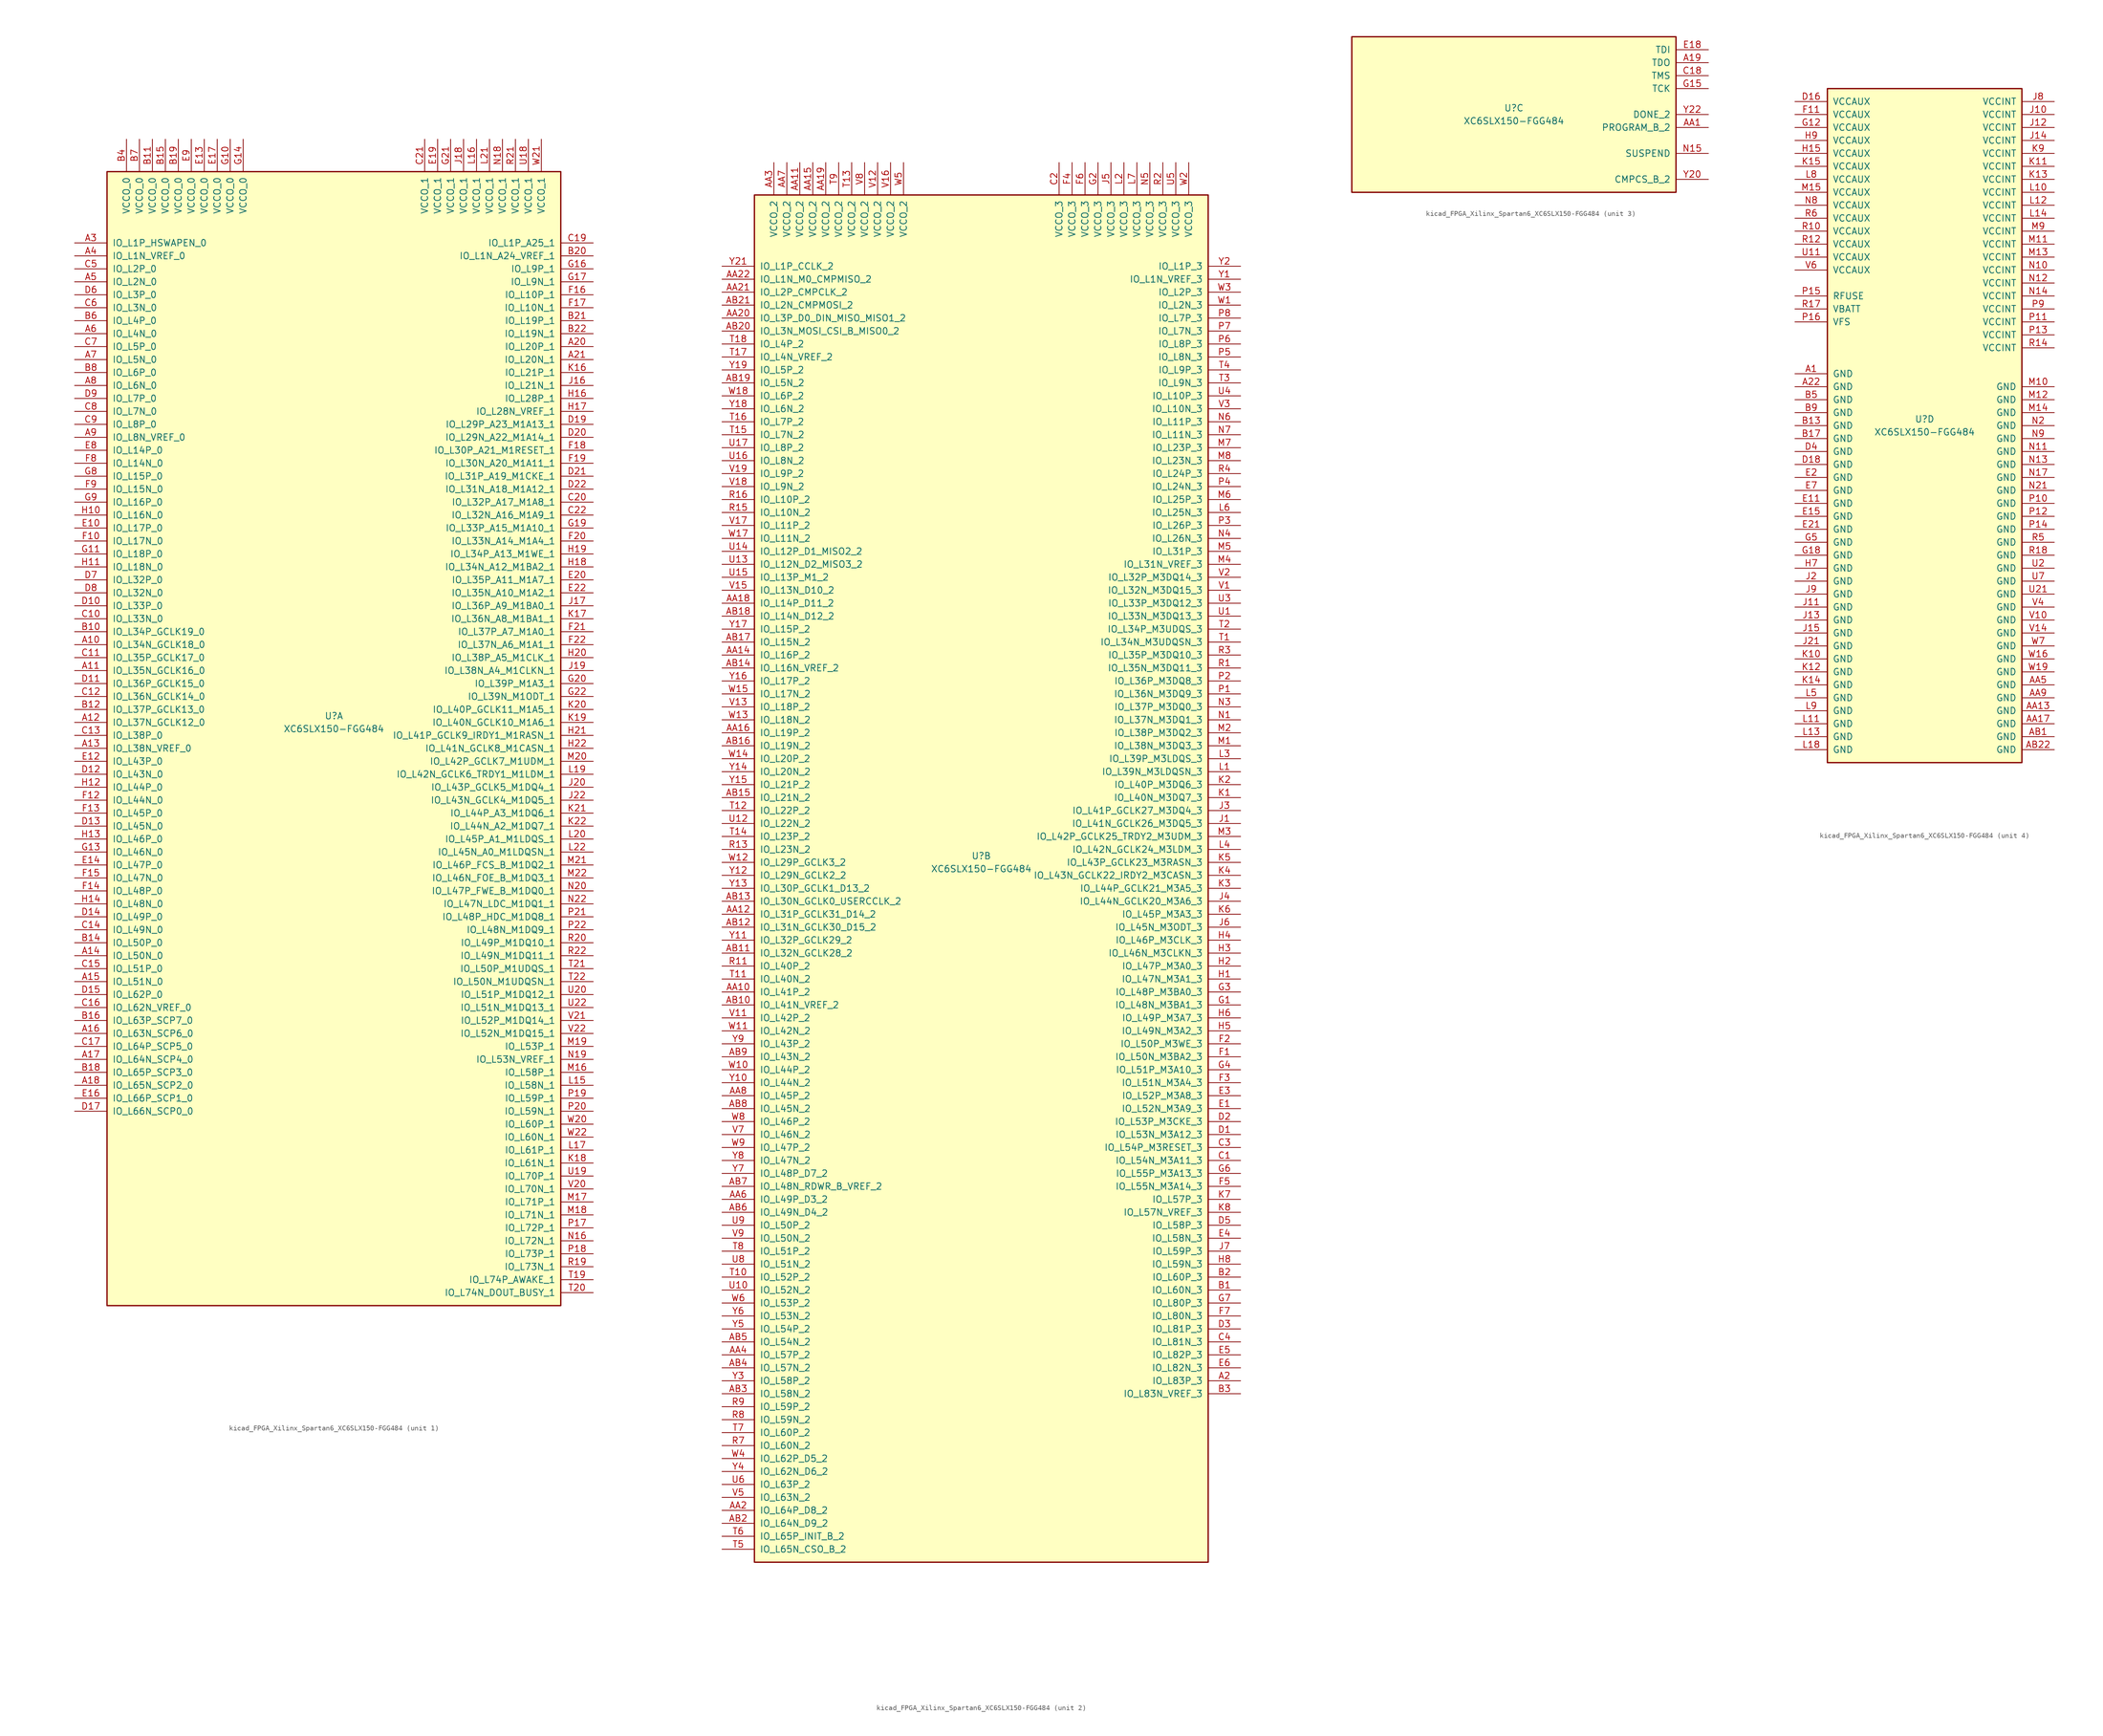
<source format=kicad_sym>
(kicad_symbol_lib
  (version 20220914)
  (generator kicad_symbol_editor)
  (symbol "kicad_FPGA_Xilinx_Spartan6_XC6SLX150-FGG484"
    (pin_names
      (offset 1.016))
    (property "Reference" "U"
      (at 0 1.27 0)
      (effects (font (size 1.27 1.27))))
    (property "Value" "XC6SLX150-FGG484"
      (at 0 -1.27 0)
      (effects (font (size 1.27 1.27))))
    (property "Datasheet" ""
      (at 0 0 0)
      (effects (font (size 1.27 1.27))))
    (property "ki_locked" ""
      (at 0 0 0)
      (effects (font (size 1.27 1.27))))
    (symbol "kicad_FPGA_Xilinx_Spartan6_XC6SLX150-FGG484_1_1"
      (rectangle (start -44.45 107.95) (end 44.45 -114.3) (stroke (width 0.254) (type default)) (fill (type background)))
      (pin bidirectional line (at -50.8 15.24 0) (length 6.35) (name "IO_L34N_GCLK18_0" (effects (font (size 1.27 1.27)))) (number "A10" (effects (font (size 1.27 1.27)))))
      (pin bidirectional line (at -50.8 10.16 0) (length 6.35) (name "IO_L35N_GCLK16_0" (effects (font (size 1.27 1.27)))) (number "A11" (effects (font (size 1.27 1.27)))))
      (pin bidirectional line (at -50.8 0 0) (length 6.35) (name "IO_L37N_GCLK12_0" (effects (font (size 1.27 1.27)))) (number "A12" (effects (font (size 1.27 1.27)))))
      (pin bidirectional line (at -50.8 -5.08 0) (length 6.35) (name "IO_L38N_VREF_0" (effects (font (size 1.27 1.27)))) (number "A13" (effects (font (size 1.27 1.27)))))
      (pin bidirectional line (at -50.8 -45.72 0) (length 6.35) (name "IO_L50N_0" (effects (font (size 1.27 1.27)))) (number "A14" (effects (font (size 1.27 1.27)))))
      (pin bidirectional line (at -50.8 -50.8 0) (length 6.35) (name "IO_L51N_0" (effects (font (size 1.27 1.27)))) (number "A15" (effects (font (size 1.27 1.27)))))
      (pin bidirectional line (at -50.8 -60.96 0) (length 6.35) (name "IO_L63N_SCP6_0" (effects (font (size 1.27 1.27)))) (number "A16" (effects (font (size 1.27 1.27)))))
      (pin bidirectional line (at -50.8 -66.04 0) (length 6.35) (name "IO_L64N_SCP4_0" (effects (font (size 1.27 1.27)))) (number "A17" (effects (font (size 1.27 1.27)))))
      (pin bidirectional line (at -50.8 -71.12 0) (length 6.35) (name "IO_L65N_SCP2_0" (effects (font (size 1.27 1.27)))) (number "A18" (effects (font (size 1.27 1.27)))))
      (pin bidirectional line (at 50.8 73.66 180) (length 6.35) (name "IO_L20P_1" (effects (font (size 1.27 1.27)))) (number "A20" (effects (font (size 1.27 1.27)))))
      (pin bidirectional line (at 50.8 71.12 180) (length 6.35) (name "IO_L20N_1" (effects (font (size 1.27 1.27)))) (number "A21" (effects (font (size 1.27 1.27)))))
      (pin bidirectional line (at -50.8 93.98 0) (length 6.35) (name "IO_L1P_HSWAPEN_0" (effects (font (size 1.27 1.27)))) (number "A3" (effects (font (size 1.27 1.27)))))
      (pin bidirectional line (at -50.8 91.44 0) (length 6.35) (name "IO_L1N_VREF_0" (effects (font (size 1.27 1.27)))) (number "A4" (effects (font (size 1.27 1.27)))))
      (pin bidirectional line (at -50.8 86.36 0) (length 6.35) (name "IO_L2N_0" (effects (font (size 1.27 1.27)))) (number "A5" (effects (font (size 1.27 1.27)))))
      (pin bidirectional line (at -50.8 76.2 0) (length 6.35) (name "IO_L4N_0" (effects (font (size 1.27 1.27)))) (number "A6" (effects (font (size 1.27 1.27)))))
      (pin bidirectional line (at -50.8 71.12 0) (length 6.35) (name "IO_L5N_0" (effects (font (size 1.27 1.27)))) (number "A7" (effects (font (size 1.27 1.27)))))
      (pin bidirectional line (at -50.8 66.04 0) (length 6.35) (name "IO_L6N_0" (effects (font (size 1.27 1.27)))) (number "A8" (effects (font (size 1.27 1.27)))))
      (pin bidirectional line (at -50.8 55.88 0) (length 6.35) (name "IO_L8N_VREF_0" (effects (font (size 1.27 1.27)))) (number "A9" (effects (font (size 1.27 1.27)))))
      (pin bidirectional line (at -50.8 17.78 0) (length 6.35) (name "IO_L34P_GCLK19_0" (effects (font (size 1.27 1.27)))) (number "B10" (effects (font (size 1.27 1.27)))))
      (pin power_in line (at -35.56 114.3 270) (length 6.35) (name "VCCO_0" (effects (font (size 1.27 1.27)))) (number "B11" (effects (font (size 1.27 1.27)))))
      (pin bidirectional line (at -50.8 2.54 0) (length 6.35) (name "IO_L37P_GCLK13_0" (effects (font (size 1.27 1.27)))) (number "B12" (effects (font (size 1.27 1.27)))))
      (pin bidirectional line (at -50.8 -43.18 0) (length 6.35) (name "IO_L50P_0" (effects (font (size 1.27 1.27)))) (number "B14" (effects (font (size 1.27 1.27)))))
      (pin power_in line (at -33.02 114.3 270) (length 6.35) (name "VCCO_0" (effects (font (size 1.27 1.27)))) (number "B15" (effects (font (size 1.27 1.27)))))
      (pin bidirectional line (at -50.8 -58.42 0) (length 6.35) (name "IO_L63P_SCP7_0" (effects (font (size 1.27 1.27)))) (number "B16" (effects (font (size 1.27 1.27)))))
      (pin bidirectional line (at -50.8 -68.58 0) (length 6.35) (name "IO_L65P_SCP3_0" (effects (font (size 1.27 1.27)))) (number "B18" (effects (font (size 1.27 1.27)))))
      (pin power_in line (at -30.48 114.3 270) (length 6.35) (name "VCCO_0" (effects (font (size 1.27 1.27)))) (number "B19" (effects (font (size 1.27 1.27)))))
      (pin bidirectional line (at 50.8 91.44 180) (length 6.35) (name "IO_L1N_A24_VREF_1" (effects (font (size 1.27 1.27)))) (number "B20" (effects (font (size 1.27 1.27)))))
      (pin bidirectional line (at 50.8 78.74 180) (length 6.35) (name "IO_L19P_1" (effects (font (size 1.27 1.27)))) (number "B21" (effects (font (size 1.27 1.27)))))
      (pin bidirectional line (at 50.8 76.2 180) (length 6.35) (name "IO_L19N_1" (effects (font (size 1.27 1.27)))) (number "B22" (effects (font (size 1.27 1.27)))))
      (pin power_in line (at -40.64 114.3 270) (length 6.35) (name "VCCO_0" (effects (font (size 1.27 1.27)))) (number "B4" (effects (font (size 1.27 1.27)))))
      (pin bidirectional line (at -50.8 78.74 0) (length 6.35) (name "IO_L4P_0" (effects (font (size 1.27 1.27)))) (number "B6" (effects (font (size 1.27 1.27)))))
      (pin power_in line (at -38.1 114.3 270) (length 6.35) (name "VCCO_0" (effects (font (size 1.27 1.27)))) (number "B7" (effects (font (size 1.27 1.27)))))
      (pin bidirectional line (at -50.8 68.58 0) (length 6.35) (name "IO_L6P_0" (effects (font (size 1.27 1.27)))) (number "B8" (effects (font (size 1.27 1.27)))))
      (pin bidirectional line (at -50.8 20.32 0) (length 6.35) (name "IO_L33N_0" (effects (font (size 1.27 1.27)))) (number "C10" (effects (font (size 1.27 1.27)))))
      (pin bidirectional line (at -50.8 12.7 0) (length 6.35) (name "IO_L35P_GCLK17_0" (effects (font (size 1.27 1.27)))) (number "C11" (effects (font (size 1.27 1.27)))))
      (pin bidirectional line (at -50.8 5.08 0) (length 6.35) (name "IO_L36N_GCLK14_0" (effects (font (size 1.27 1.27)))) (number "C12" (effects (font (size 1.27 1.27)))))
      (pin bidirectional line (at -50.8 -2.54 0) (length 6.35) (name "IO_L38P_0" (effects (font (size 1.27 1.27)))) (number "C13" (effects (font (size 1.27 1.27)))))
      (pin bidirectional line (at -50.8 -40.64 0) (length 6.35) (name "IO_L49N_0" (effects (font (size 1.27 1.27)))) (number "C14" (effects (font (size 1.27 1.27)))))
      (pin bidirectional line (at -50.8 -48.26 0) (length 6.35) (name "IO_L51P_0" (effects (font (size 1.27 1.27)))) (number "C15" (effects (font (size 1.27 1.27)))))
      (pin bidirectional line (at -50.8 -55.88 0) (length 6.35) (name "IO_L62N_VREF_0" (effects (font (size 1.27 1.27)))) (number "C16" (effects (font (size 1.27 1.27)))))
      (pin bidirectional line (at -50.8 -63.5 0) (length 6.35) (name "IO_L64P_SCP5_0" (effects (font (size 1.27 1.27)))) (number "C17" (effects (font (size 1.27 1.27)))))
      (pin bidirectional line (at 50.8 93.98 180) (length 6.35) (name "IO_L1P_A25_1" (effects (font (size 1.27 1.27)))) (number "C19" (effects (font (size 1.27 1.27)))))
      (pin bidirectional line (at 50.8 43.18 180) (length 6.35) (name "IO_L32P_A17_M1A8_1" (effects (font (size 1.27 1.27)))) (number "C20" (effects (font (size 1.27 1.27)))))
      (pin power_in line (at 17.78 114.3 270) (length 6.35) (name "VCCO_1" (effects (font (size 1.27 1.27)))) (number "C21" (effects (font (size 1.27 1.27)))))
      (pin bidirectional line (at 50.8 40.64 180) (length 6.35) (name "IO_L32N_A16_M1A9_1" (effects (font (size 1.27 1.27)))) (number "C22" (effects (font (size 1.27 1.27)))))
      (pin bidirectional line (at -50.8 88.9 0) (length 6.35) (name "IO_L2P_0" (effects (font (size 1.27 1.27)))) (number "C5" (effects (font (size 1.27 1.27)))))
      (pin bidirectional line (at -50.8 81.28 0) (length 6.35) (name "IO_L3N_0" (effects (font (size 1.27 1.27)))) (number "C6" (effects (font (size 1.27 1.27)))))
      (pin bidirectional line (at -50.8 73.66 0) (length 6.35) (name "IO_L5P_0" (effects (font (size 1.27 1.27)))) (number "C7" (effects (font (size 1.27 1.27)))))
      (pin bidirectional line (at -50.8 60.96 0) (length 6.35) (name "IO_L7N_0" (effects (font (size 1.27 1.27)))) (number "C8" (effects (font (size 1.27 1.27)))))
      (pin bidirectional line (at -50.8 58.42 0) (length 6.35) (name "IO_L8P_0" (effects (font (size 1.27 1.27)))) (number "C9" (effects (font (size 1.27 1.27)))))
      (pin bidirectional line (at -50.8 22.86 0) (length 6.35) (name "IO_L33P_0" (effects (font (size 1.27 1.27)))) (number "D10" (effects (font (size 1.27 1.27)))))
      (pin bidirectional line (at -50.8 7.62 0) (length 6.35) (name "IO_L36P_GCLK15_0" (effects (font (size 1.27 1.27)))) (number "D11" (effects (font (size 1.27 1.27)))))
      (pin bidirectional line (at -50.8 -10.16 0) (length 6.35) (name "IO_L43N_0" (effects (font (size 1.27 1.27)))) (number "D12" (effects (font (size 1.27 1.27)))))
      (pin bidirectional line (at -50.8 -20.32 0) (length 6.35) (name "IO_L45N_0" (effects (font (size 1.27 1.27)))) (number "D13" (effects (font (size 1.27 1.27)))))
      (pin bidirectional line (at -50.8 -38.1 0) (length 6.35) (name "IO_L49P_0" (effects (font (size 1.27 1.27)))) (number "D14" (effects (font (size 1.27 1.27)))))
      (pin bidirectional line (at -50.8 -53.34 0) (length 6.35) (name "IO_L62P_0" (effects (font (size 1.27 1.27)))) (number "D15" (effects (font (size 1.27 1.27)))))
      (pin bidirectional line (at -50.8 -76.2 0) (length 6.35) (name "IO_L66N_SCP0_0" (effects (font (size 1.27 1.27)))) (number "D17" (effects (font (size 1.27 1.27)))))
      (pin bidirectional line (at 50.8 58.42 180) (length 6.35) (name "IO_L29P_A23_M1A13_1" (effects (font (size 1.27 1.27)))) (number "D19" (effects (font (size 1.27 1.27)))))
      (pin bidirectional line (at 50.8 55.88 180) (length 6.35) (name "IO_L29N_A22_M1A14_1" (effects (font (size 1.27 1.27)))) (number "D20" (effects (font (size 1.27 1.27)))))
      (pin bidirectional line (at 50.8 48.26 180) (length 6.35) (name "IO_L31P_A19_M1CKE_1" (effects (font (size 1.27 1.27)))) (number "D21" (effects (font (size 1.27 1.27)))))
      (pin bidirectional line (at 50.8 45.72 180) (length 6.35) (name "IO_L31N_A18_M1A12_1" (effects (font (size 1.27 1.27)))) (number "D22" (effects (font (size 1.27 1.27)))))
      (pin bidirectional line (at -50.8 83.82 0) (length 6.35) (name "IO_L3P_0" (effects (font (size 1.27 1.27)))) (number "D6" (effects (font (size 1.27 1.27)))))
      (pin bidirectional line (at -50.8 27.94 0) (length 6.35) (name "IO_L32P_0" (effects (font (size 1.27 1.27)))) (number "D7" (effects (font (size 1.27 1.27)))))
      (pin bidirectional line (at -50.8 25.4 0) (length 6.35) (name "IO_L32N_0" (effects (font (size 1.27 1.27)))) (number "D8" (effects (font (size 1.27 1.27)))))
      (pin bidirectional line (at -50.8 63.5 0) (length 6.35) (name "IO_L7P_0" (effects (font (size 1.27 1.27)))) (number "D9" (effects (font (size 1.27 1.27)))))
      (pin bidirectional line (at -50.8 38.1 0) (length 6.35) (name "IO_L17P_0" (effects (font (size 1.27 1.27)))) (number "E10" (effects (font (size 1.27 1.27)))))
      (pin bidirectional line (at -50.8 -7.62 0) (length 6.35) (name "IO_L43P_0" (effects (font (size 1.27 1.27)))) (number "E12" (effects (font (size 1.27 1.27)))))
      (pin power_in line (at -25.4 114.3 270) (length 6.35) (name "VCCO_0" (effects (font (size 1.27 1.27)))) (number "E13" (effects (font (size 1.27 1.27)))))
      (pin bidirectional line (at -50.8 -27.94 0) (length 6.35) (name "IO_L47P_0" (effects (font (size 1.27 1.27)))) (number "E14" (effects (font (size 1.27 1.27)))))
      (pin bidirectional line (at -50.8 -73.66 0) (length 6.35) (name "IO_L66P_SCP1_0" (effects (font (size 1.27 1.27)))) (number "E16" (effects (font (size 1.27 1.27)))))
      (pin power_in line (at -22.86 114.3 270) (length 6.35) (name "VCCO_0" (effects (font (size 1.27 1.27)))) (number "E17" (effects (font (size 1.27 1.27)))))
      (pin power_in line (at 20.32 114.3 270) (length 6.35) (name "VCCO_1" (effects (font (size 1.27 1.27)))) (number "E19" (effects (font (size 1.27 1.27)))))
      (pin bidirectional line (at 50.8 27.94 180) (length 6.35) (name "IO_L35P_A11_M1A7_1" (effects (font (size 1.27 1.27)))) (number "E20" (effects (font (size 1.27 1.27)))))
      (pin bidirectional line (at 50.8 25.4 180) (length 6.35) (name "IO_L35N_A10_M1A2_1" (effects (font (size 1.27 1.27)))) (number "E22" (effects (font (size 1.27 1.27)))))
      (pin bidirectional line (at -50.8 53.34 0) (length 6.35) (name "IO_L14P_0" (effects (font (size 1.27 1.27)))) (number "E8" (effects (font (size 1.27 1.27)))))
      (pin power_in line (at -27.94 114.3 270) (length 6.35) (name "VCCO_0" (effects (font (size 1.27 1.27)))) (number "E9" (effects (font (size 1.27 1.27)))))
      (pin bidirectional line (at -50.8 35.56 0) (length 6.35) (name "IO_L17N_0" (effects (font (size 1.27 1.27)))) (number "F10" (effects (font (size 1.27 1.27)))))
      (pin bidirectional line (at -50.8 -15.24 0) (length 6.35) (name "IO_L44N_0" (effects (font (size 1.27 1.27)))) (number "F12" (effects (font (size 1.27 1.27)))))
      (pin bidirectional line (at -50.8 -17.78 0) (length 6.35) (name "IO_L45P_0" (effects (font (size 1.27 1.27)))) (number "F13" (effects (font (size 1.27 1.27)))))
      (pin bidirectional line (at -50.8 -33.02 0) (length 6.35) (name "IO_L48P_0" (effects (font (size 1.27 1.27)))) (number "F14" (effects (font (size 1.27 1.27)))))
      (pin bidirectional line (at -50.8 -30.48 0) (length 6.35) (name "IO_L47N_0" (effects (font (size 1.27 1.27)))) (number "F15" (effects (font (size 1.27 1.27)))))
      (pin bidirectional line (at 50.8 83.82 180) (length 6.35) (name "IO_L10P_1" (effects (font (size 1.27 1.27)))) (number "F16" (effects (font (size 1.27 1.27)))))
      (pin bidirectional line (at 50.8 81.28 180) (length 6.35) (name "IO_L10N_1" (effects (font (size 1.27 1.27)))) (number "F17" (effects (font (size 1.27 1.27)))))
      (pin bidirectional line (at 50.8 53.34 180) (length 6.35) (name "IO_L30P_A21_M1RESET_1" (effects (font (size 1.27 1.27)))) (number "F18" (effects (font (size 1.27 1.27)))))
      (pin bidirectional line (at 50.8 50.8 180) (length 6.35) (name "IO_L30N_A20_M1A11_1" (effects (font (size 1.27 1.27)))) (number "F19" (effects (font (size 1.27 1.27)))))
      (pin bidirectional line (at 50.8 35.56 180) (length 6.35) (name "IO_L33N_A14_M1A4_1" (effects (font (size 1.27 1.27)))) (number "F20" (effects (font (size 1.27 1.27)))))
      (pin bidirectional line (at 50.8 17.78 180) (length 6.35) (name "IO_L37P_A7_M1A0_1" (effects (font (size 1.27 1.27)))) (number "F21" (effects (font (size 1.27 1.27)))))
      (pin bidirectional line (at 50.8 15.24 180) (length 6.35) (name "IO_L37N_A6_M1A1_1" (effects (font (size 1.27 1.27)))) (number "F22" (effects (font (size 1.27 1.27)))))
      (pin bidirectional line (at -50.8 50.8 0) (length 6.35) (name "IO_L14N_0" (effects (font (size 1.27 1.27)))) (number "F8" (effects (font (size 1.27 1.27)))))
      (pin bidirectional line (at -50.8 45.72 0) (length 6.35) (name "IO_L15N_0" (effects (font (size 1.27 1.27)))) (number "F9" (effects (font (size 1.27 1.27)))))
      (pin power_in line (at -20.32 114.3 270) (length 6.35) (name "VCCO_0" (effects (font (size 1.27 1.27)))) (number "G10" (effects (font (size 1.27 1.27)))))
      (pin bidirectional line (at -50.8 33.02 0) (length 6.35) (name "IO_L18P_0" (effects (font (size 1.27 1.27)))) (number "G11" (effects (font (size 1.27 1.27)))))
      (pin bidirectional line (at -50.8 -25.4 0) (length 6.35) (name "IO_L46N_0" (effects (font (size 1.27 1.27)))) (number "G13" (effects (font (size 1.27 1.27)))))
      (pin power_in line (at -17.78 114.3 270) (length 6.35) (name "VCCO_0" (effects (font (size 1.27 1.27)))) (number "G14" (effects (font (size 1.27 1.27)))))
      (pin bidirectional line (at 50.8 88.9 180) (length 6.35) (name "IO_L9P_1" (effects (font (size 1.27 1.27)))) (number "G16" (effects (font (size 1.27 1.27)))))
      (pin bidirectional line (at 50.8 86.36 180) (length 6.35) (name "IO_L9N_1" (effects (font (size 1.27 1.27)))) (number "G17" (effects (font (size 1.27 1.27)))))
      (pin bidirectional line (at 50.8 38.1 180) (length 6.35) (name "IO_L33P_A15_M1A10_1" (effects (font (size 1.27 1.27)))) (number "G19" (effects (font (size 1.27 1.27)))))
      (pin bidirectional line (at 50.8 7.62 180) (length 6.35) (name "IO_L39P_M1A3_1" (effects (font (size 1.27 1.27)))) (number "G20" (effects (font (size 1.27 1.27)))))
      (pin power_in line (at 22.86 114.3 270) (length 6.35) (name "VCCO_1" (effects (font (size 1.27 1.27)))) (number "G21" (effects (font (size 1.27 1.27)))))
      (pin bidirectional line (at 50.8 5.08 180) (length 6.35) (name "IO_L39N_M1ODT_1" (effects (font (size 1.27 1.27)))) (number "G22" (effects (font (size 1.27 1.27)))))
      (pin bidirectional line (at -50.8 48.26 0) (length 6.35) (name "IO_L15P_0" (effects (font (size 1.27 1.27)))) (number "G8" (effects (font (size 1.27 1.27)))))
      (pin bidirectional line (at -50.8 43.18 0) (length 6.35) (name "IO_L16P_0" (effects (font (size 1.27 1.27)))) (number "G9" (effects (font (size 1.27 1.27)))))
      (pin bidirectional line (at -50.8 40.64 0) (length 6.35) (name "IO_L16N_0" (effects (font (size 1.27 1.27)))) (number "H10" (effects (font (size 1.27 1.27)))))
      (pin bidirectional line (at -50.8 30.48 0) (length 6.35) (name "IO_L18N_0" (effects (font (size 1.27 1.27)))) (number "H11" (effects (font (size 1.27 1.27)))))
      (pin bidirectional line (at -50.8 -12.7 0) (length 6.35) (name "IO_L44P_0" (effects (font (size 1.27 1.27)))) (number "H12" (effects (font (size 1.27 1.27)))))
      (pin bidirectional line (at -50.8 -22.86 0) (length 6.35) (name "IO_L46P_0" (effects (font (size 1.27 1.27)))) (number "H13" (effects (font (size 1.27 1.27)))))
      (pin bidirectional line (at -50.8 -35.56 0) (length 6.35) (name "IO_L48N_0" (effects (font (size 1.27 1.27)))) (number "H14" (effects (font (size 1.27 1.27)))))
      (pin bidirectional line (at 50.8 63.5 180) (length 6.35) (name "IO_L28P_1" (effects (font (size 1.27 1.27)))) (number "H16" (effects (font (size 1.27 1.27)))))
      (pin bidirectional line (at 50.8 60.96 180) (length 6.35) (name "IO_L28N_VREF_1" (effects (font (size 1.27 1.27)))) (number "H17" (effects (font (size 1.27 1.27)))))
      (pin bidirectional line (at 50.8 30.48 180) (length 6.35) (name "IO_L34N_A12_M1BA2_1" (effects (font (size 1.27 1.27)))) (number "H18" (effects (font (size 1.27 1.27)))))
      (pin bidirectional line (at 50.8 33.02 180) (length 6.35) (name "IO_L34P_A13_M1WE_1" (effects (font (size 1.27 1.27)))) (number "H19" (effects (font (size 1.27 1.27)))))
      (pin bidirectional line (at 50.8 12.7 180) (length 6.35) (name "IO_L38P_A5_M1CLK_1" (effects (font (size 1.27 1.27)))) (number "H20" (effects (font (size 1.27 1.27)))))
      (pin bidirectional line (at 50.8 -2.54 180) (length 6.35) (name "IO_L41P_GCLK9_IRDY1_M1RASN_1" (effects (font (size 1.27 1.27)))) (number "H21" (effects (font (size 1.27 1.27)))))
      (pin bidirectional line (at 50.8 -5.08 180) (length 6.35) (name "IO_L41N_GCLK8_M1CASN_1" (effects (font (size 1.27 1.27)))) (number "H22" (effects (font (size 1.27 1.27)))))
      (pin bidirectional line (at 50.8 66.04 180) (length 6.35) (name "IO_L21N_1" (effects (font (size 1.27 1.27)))) (number "J16" (effects (font (size 1.27 1.27)))))
      (pin bidirectional line (at 50.8 22.86 180) (length 6.35) (name "IO_L36P_A9_M1BA0_1" (effects (font (size 1.27 1.27)))) (number "J17" (effects (font (size 1.27 1.27)))))
      (pin power_in line (at 25.4 114.3 270) (length 6.35) (name "VCCO_1" (effects (font (size 1.27 1.27)))) (number "J18" (effects (font (size 1.27 1.27)))))
      (pin bidirectional line (at 50.8 10.16 180) (length 6.35) (name "IO_L38N_A4_M1CLKN_1" (effects (font (size 1.27 1.27)))) (number "J19" (effects (font (size 1.27 1.27)))))
      (pin bidirectional line (at 50.8 -12.7 180) (length 6.35) (name "IO_L43P_GCLK5_M1DQ4_1" (effects (font (size 1.27 1.27)))) (number "J20" (effects (font (size 1.27 1.27)))))
      (pin bidirectional line (at 50.8 -15.24 180) (length 6.35) (name "IO_L43N_GCLK4_M1DQ5_1" (effects (font (size 1.27 1.27)))) (number "J22" (effects (font (size 1.27 1.27)))))
      (pin bidirectional line (at 50.8 68.58 180) (length 6.35) (name "IO_L21P_1" (effects (font (size 1.27 1.27)))) (number "K16" (effects (font (size 1.27 1.27)))))
      (pin bidirectional line (at 50.8 20.32 180) (length 6.35) (name "IO_L36N_A8_M1BA1_1" (effects (font (size 1.27 1.27)))) (number "K17" (effects (font (size 1.27 1.27)))))
      (pin bidirectional line (at 50.8 -86.36 180) (length 6.35) (name "IO_L61N_1" (effects (font (size 1.27 1.27)))) (number "K18" (effects (font (size 1.27 1.27)))))
      (pin bidirectional line (at 50.8 0 180) (length 6.35) (name "IO_L40N_GCLK10_M1A6_1" (effects (font (size 1.27 1.27)))) (number "K19" (effects (font (size 1.27 1.27)))))
      (pin bidirectional line (at 50.8 2.54 180) (length 6.35) (name "IO_L40P_GCLK11_M1A5_1" (effects (font (size 1.27 1.27)))) (number "K20" (effects (font (size 1.27 1.27)))))
      (pin bidirectional line (at 50.8 -17.78 180) (length 6.35) (name "IO_L44P_A3_M1DQ6_1" (effects (font (size 1.27 1.27)))) (number "K21" (effects (font (size 1.27 1.27)))))
      (pin bidirectional line (at 50.8 -20.32 180) (length 6.35) (name "IO_L44N_A2_M1DQ7_1" (effects (font (size 1.27 1.27)))) (number "K22" (effects (font (size 1.27 1.27)))))
      (pin bidirectional line (at 50.8 -71.12 180) (length 6.35) (name "IO_L58N_1" (effects (font (size 1.27 1.27)))) (number "L15" (effects (font (size 1.27 1.27)))))
      (pin power_in line (at 27.94 114.3 270) (length 6.35) (name "VCCO_1" (effects (font (size 1.27 1.27)))) (number "L16" (effects (font (size 1.27 1.27)))))
      (pin bidirectional line (at 50.8 -83.82 180) (length 6.35) (name "IO_L61P_1" (effects (font (size 1.27 1.27)))) (number "L17" (effects (font (size 1.27 1.27)))))
      (pin bidirectional line (at 50.8 -10.16 180) (length 6.35) (name "IO_L42N_GCLK6_TRDY1_M1LDM_1" (effects (font (size 1.27 1.27)))) (number "L19" (effects (font (size 1.27 1.27)))))
      (pin bidirectional line (at 50.8 -22.86 180) (length 6.35) (name "IO_L45P_A1_M1LDQS_1" (effects (font (size 1.27 1.27)))) (number "L20" (effects (font (size 1.27 1.27)))))
      (pin power_in line (at 30.48 114.3 270) (length 6.35) (name "VCCO_1" (effects (font (size 1.27 1.27)))) (number "L21" (effects (font (size 1.27 1.27)))))
      (pin bidirectional line (at 50.8 -25.4 180) (length 6.35) (name "IO_L45N_A0_M1LDQSN_1" (effects (font (size 1.27 1.27)))) (number "L22" (effects (font (size 1.27 1.27)))))
      (pin bidirectional line (at 50.8 -68.58 180) (length 6.35) (name "IO_L58P_1" (effects (font (size 1.27 1.27)))) (number "M16" (effects (font (size 1.27 1.27)))))
      (pin bidirectional line (at 50.8 -93.98 180) (length 6.35) (name "IO_L71P_1" (effects (font (size 1.27 1.27)))) (number "M17" (effects (font (size 1.27 1.27)))))
      (pin bidirectional line (at 50.8 -96.52 180) (length 6.35) (name "IO_L71N_1" (effects (font (size 1.27 1.27)))) (number "M18" (effects (font (size 1.27 1.27)))))
      (pin bidirectional line (at 50.8 -63.5 180) (length 6.35) (name "IO_L53P_1" (effects (font (size 1.27 1.27)))) (number "M19" (effects (font (size 1.27 1.27)))))
      (pin bidirectional line (at 50.8 -7.62 180) (length 6.35) (name "IO_L42P_GCLK7_M1UDM_1" (effects (font (size 1.27 1.27)))) (number "M20" (effects (font (size 1.27 1.27)))))
      (pin bidirectional line (at 50.8 -27.94 180) (length 6.35) (name "IO_L46P_FCS_B_M1DQ2_1" (effects (font (size 1.27 1.27)))) (number "M21" (effects (font (size 1.27 1.27)))))
      (pin bidirectional line (at 50.8 -30.48 180) (length 6.35) (name "IO_L46N_FOE_B_M1DQ3_1" (effects (font (size 1.27 1.27)))) (number "M22" (effects (font (size 1.27 1.27)))))
      (pin bidirectional line (at 50.8 -101.6 180) (length 6.35) (name "IO_L72N_1" (effects (font (size 1.27 1.27)))) (number "N16" (effects (font (size 1.27 1.27)))))
      (pin power_in line (at 33.02 114.3 270) (length 6.35) (name "VCCO_1" (effects (font (size 1.27 1.27)))) (number "N18" (effects (font (size 1.27 1.27)))))
      (pin bidirectional line (at 50.8 -66.04 180) (length 6.35) (name "IO_L53N_VREF_1" (effects (font (size 1.27 1.27)))) (number "N19" (effects (font (size 1.27 1.27)))))
      (pin bidirectional line (at 50.8 -33.02 180) (length 6.35) (name "IO_L47P_FWE_B_M1DQ0_1" (effects (font (size 1.27 1.27)))) (number "N20" (effects (font (size 1.27 1.27)))))
      (pin bidirectional line (at 50.8 -35.56 180) (length 6.35) (name "IO_L47N_LDC_M1DQ1_1" (effects (font (size 1.27 1.27)))) (number "N22" (effects (font (size 1.27 1.27)))))
      (pin bidirectional line (at 50.8 -99.06 180) (length 6.35) (name "IO_L72P_1" (effects (font (size 1.27 1.27)))) (number "P17" (effects (font (size 1.27 1.27)))))
      (pin bidirectional line (at 50.8 -104.14 180) (length 6.35) (name "IO_L73P_1" (effects (font (size 1.27 1.27)))) (number "P18" (effects (font (size 1.27 1.27)))))
      (pin bidirectional line (at 50.8 -73.66 180) (length 6.35) (name "IO_L59P_1" (effects (font (size 1.27 1.27)))) (number "P19" (effects (font (size 1.27 1.27)))))
      (pin bidirectional line (at 50.8 -76.2 180) (length 6.35) (name "IO_L59N_1" (effects (font (size 1.27 1.27)))) (number "P20" (effects (font (size 1.27 1.27)))))
      (pin bidirectional line (at 50.8 -38.1 180) (length 6.35) (name "IO_L48P_HDC_M1DQ8_1" (effects (font (size 1.27 1.27)))) (number "P21" (effects (font (size 1.27 1.27)))))
      (pin bidirectional line (at 50.8 -40.64 180) (length 6.35) (name "IO_L48N_M1DQ9_1" (effects (font (size 1.27 1.27)))) (number "P22" (effects (font (size 1.27 1.27)))))
      (pin bidirectional line (at 50.8 -106.68 180) (length 6.35) (name "IO_L73N_1" (effects (font (size 1.27 1.27)))) (number "R19" (effects (font (size 1.27 1.27)))))
      (pin bidirectional line (at 50.8 -43.18 180) (length 6.35) (name "IO_L49P_M1DQ10_1" (effects (font (size 1.27 1.27)))) (number "R20" (effects (font (size 1.27 1.27)))))
      (pin power_in line (at 35.56 114.3 270) (length 6.35) (name "VCCO_1" (effects (font (size 1.27 1.27)))) (number "R21" (effects (font (size 1.27 1.27)))))
      (pin bidirectional line (at 50.8 -45.72 180) (length 6.35) (name "IO_L49N_M1DQ11_1" (effects (font (size 1.27 1.27)))) (number "R22" (effects (font (size 1.27 1.27)))))
      (pin bidirectional line (at 50.8 -109.22 180) (length 6.35) (name "IO_L74P_AWAKE_1" (effects (font (size 1.27 1.27)))) (number "T19" (effects (font (size 1.27 1.27)))))
      (pin bidirectional line (at 50.8 -111.76 180) (length 6.35) (name "IO_L74N_DOUT_BUSY_1" (effects (font (size 1.27 1.27)))) (number "T20" (effects (font (size 1.27 1.27)))))
      (pin bidirectional line (at 50.8 -48.26 180) (length 6.35) (name "IO_L50P_M1UDQS_1" (effects (font (size 1.27 1.27)))) (number "T21" (effects (font (size 1.27 1.27)))))
      (pin bidirectional line (at 50.8 -50.8 180) (length 6.35) (name "IO_L50N_M1UDQSN_1" (effects (font (size 1.27 1.27)))) (number "T22" (effects (font (size 1.27 1.27)))))
      (pin power_in line (at 38.1 114.3 270) (length 6.35) (name "VCCO_1" (effects (font (size 1.27 1.27)))) (number "U18" (effects (font (size 1.27 1.27)))))
      (pin bidirectional line (at 50.8 -88.9 180) (length 6.35) (name "IO_L70P_1" (effects (font (size 1.27 1.27)))) (number "U19" (effects (font (size 1.27 1.27)))))
      (pin bidirectional line (at 50.8 -53.34 180) (length 6.35) (name "IO_L51P_M1DQ12_1" (effects (font (size 1.27 1.27)))) (number "U20" (effects (font (size 1.27 1.27)))))
      (pin bidirectional line (at 50.8 -55.88 180) (length 6.35) (name "IO_L51N_M1DQ13_1" (effects (font (size 1.27 1.27)))) (number "U22" (effects (font (size 1.27 1.27)))))
      (pin bidirectional line (at 50.8 -91.44 180) (length 6.35) (name "IO_L70N_1" (effects (font (size 1.27 1.27)))) (number "V20" (effects (font (size 1.27 1.27)))))
      (pin bidirectional line (at 50.8 -58.42 180) (length 6.35) (name "IO_L52P_M1DQ14_1" (effects (font (size 1.27 1.27)))) (number "V21" (effects (font (size 1.27 1.27)))))
      (pin bidirectional line (at 50.8 -60.96 180) (length 6.35) (name "IO_L52N_M1DQ15_1" (effects (font (size 1.27 1.27)))) (number "V22" (effects (font (size 1.27 1.27)))))
      (pin bidirectional line (at 50.8 -78.74 180) (length 6.35) (name "IO_L60P_1" (effects (font (size 1.27 1.27)))) (number "W20" (effects (font (size 1.27 1.27)))))
      (pin power_in line (at 40.64 114.3 270) (length 6.35) (name "VCCO_1" (effects (font (size 1.27 1.27)))) (number "W21" (effects (font (size 1.27 1.27)))))
      (pin bidirectional line (at 50.8 -81.28 180) (length 6.35) (name "IO_L60N_1" (effects (font (size 1.27 1.27)))) (number "W22" (effects (font (size 1.27 1.27))))))
    (symbol "kicad_FPGA_Xilinx_Spartan6_XC6SLX150-FGG484_2_1"
      (rectangle (start -44.45 130.81) (end 44.45 -137.16) (stroke (width 0.254) (type default)) (fill (type background)))
      (pin bidirectional line (at 50.8 -101.6 180) (length 6.35) (name "IO_L83P_3" (effects (font (size 1.27 1.27)))) (number "A2" (effects (font (size 1.27 1.27)))))
      (pin bidirectional line (at -50.8 -25.4 0) (length 6.35) (name "IO_L41P_2" (effects (font (size 1.27 1.27)))) (number "AA10" (effects (font (size 1.27 1.27)))))
      (pin power_in line (at -35.56 137.16 270) (length 6.35) (name "VCCO_2" (effects (font (size 1.27 1.27)))) (number "AA11" (effects (font (size 1.27 1.27)))))
      (pin bidirectional line (at -50.8 -10.16 0) (length 6.35) (name "IO_L31P_GCLK31_D14_2" (effects (font (size 1.27 1.27)))) (number "AA12" (effects (font (size 1.27 1.27)))))
      (pin bidirectional line (at -50.8 40.64 0) (length 6.35) (name "IO_L16P_2" (effects (font (size 1.27 1.27)))) (number "AA14" (effects (font (size 1.27 1.27)))))
      (pin power_in line (at -33.02 137.16 270) (length 6.35) (name "VCCO_2" (effects (font (size 1.27 1.27)))) (number "AA15" (effects (font (size 1.27 1.27)))))
      (pin bidirectional line (at -50.8 25.4 0) (length 6.35) (name "IO_L19P_2" (effects (font (size 1.27 1.27)))) (number "AA16" (effects (font (size 1.27 1.27)))))
      (pin bidirectional line (at -50.8 50.8 0) (length 6.35) (name "IO_L14P_D11_2" (effects (font (size 1.27 1.27)))) (number "AA18" (effects (font (size 1.27 1.27)))))
      (pin power_in line (at -30.48 137.16 270) (length 6.35) (name "VCCO_2" (effects (font (size 1.27 1.27)))) (number "AA19" (effects (font (size 1.27 1.27)))))
      (pin bidirectional line (at -50.8 -127 0) (length 6.35) (name "IO_L64P_D8_2" (effects (font (size 1.27 1.27)))) (number "AA2" (effects (font (size 1.27 1.27)))))
      (pin bidirectional line (at -50.8 106.68 0) (length 6.35) (name "IO_L3P_D0_DIN_MISO_MISO1_2" (effects (font (size 1.27 1.27)))) (number "AA20" (effects (font (size 1.27 1.27)))))
      (pin bidirectional line (at -50.8 111.76 0) (length 6.35) (name "IO_L2P_CMPCLK_2" (effects (font (size 1.27 1.27)))) (number "AA21" (effects (font (size 1.27 1.27)))))
      (pin bidirectional line (at -50.8 114.3 0) (length 6.35) (name "IO_L1N_M0_CMPMISO_2" (effects (font (size 1.27 1.27)))) (number "AA22" (effects (font (size 1.27 1.27)))))
      (pin power_in line (at -40.64 137.16 270) (length 6.35) (name "VCCO_2" (effects (font (size 1.27 1.27)))) (number "AA3" (effects (font (size 1.27 1.27)))))
      (pin bidirectional line (at -50.8 -96.52 0) (length 6.35) (name "IO_L57P_2" (effects (font (size 1.27 1.27)))) (number "AA4" (effects (font (size 1.27 1.27)))))
      (pin bidirectional line (at -50.8 -66.04 0) (length 6.35) (name "IO_L49P_D3_2" (effects (font (size 1.27 1.27)))) (number "AA6" (effects (font (size 1.27 1.27)))))
      (pin power_in line (at -38.1 137.16 270) (length 6.35) (name "VCCO_2" (effects (font (size 1.27 1.27)))) (number "AA7" (effects (font (size 1.27 1.27)))))
      (pin bidirectional line (at -50.8 -45.72 0) (length 6.35) (name "IO_L45P_2" (effects (font (size 1.27 1.27)))) (number "AA8" (effects (font (size 1.27 1.27)))))
      (pin bidirectional line (at -50.8 -27.94 0) (length 6.35) (name "IO_L41N_VREF_2" (effects (font (size 1.27 1.27)))) (number "AB10" (effects (font (size 1.27 1.27)))))
      (pin bidirectional line (at -50.8 -17.78 0) (length 6.35) (name "IO_L32N_GCLK28_2" (effects (font (size 1.27 1.27)))) (number "AB11" (effects (font (size 1.27 1.27)))))
      (pin bidirectional line (at -50.8 -12.7 0) (length 6.35) (name "IO_L31N_GCLK30_D15_2" (effects (font (size 1.27 1.27)))) (number "AB12" (effects (font (size 1.27 1.27)))))
      (pin bidirectional line (at -50.8 -7.62 0) (length 6.35) (name "IO_L30N_GCLK0_USERCCLK_2" (effects (font (size 1.27 1.27)))) (number "AB13" (effects (font (size 1.27 1.27)))))
      (pin bidirectional line (at -50.8 38.1 0) (length 6.35) (name "IO_L16N_VREF_2" (effects (font (size 1.27 1.27)))) (number "AB14" (effects (font (size 1.27 1.27)))))
      (pin bidirectional line (at -50.8 12.7 0) (length 6.35) (name "IO_L21N_2" (effects (font (size 1.27 1.27)))) (number "AB15" (effects (font (size 1.27 1.27)))))
      (pin bidirectional line (at -50.8 22.86 0) (length 6.35) (name "IO_L19N_2" (effects (font (size 1.27 1.27)))) (number "AB16" (effects (font (size 1.27 1.27)))))
      (pin bidirectional line (at -50.8 43.18 0) (length 6.35) (name "IO_L15N_2" (effects (font (size 1.27 1.27)))) (number "AB17" (effects (font (size 1.27 1.27)))))
      (pin bidirectional line (at -50.8 48.26 0) (length 6.35) (name "IO_L14N_D12_2" (effects (font (size 1.27 1.27)))) (number "AB18" (effects (font (size 1.27 1.27)))))
      (pin bidirectional line (at -50.8 93.98 0) (length 6.35) (name "IO_L5N_2" (effects (font (size 1.27 1.27)))) (number "AB19" (effects (font (size 1.27 1.27)))))
      (pin bidirectional line (at -50.8 -129.54 0) (length 6.35) (name "IO_L64N_D9_2" (effects (font (size 1.27 1.27)))) (number "AB2" (effects (font (size 1.27 1.27)))))
      (pin bidirectional line (at -50.8 104.14 0) (length 6.35) (name "IO_L3N_MOSI_CSI_B_MISO0_2" (effects (font (size 1.27 1.27)))) (number "AB20" (effects (font (size 1.27 1.27)))))
      (pin bidirectional line (at -50.8 109.22 0) (length 6.35) (name "IO_L2N_CMPMOSI_2" (effects (font (size 1.27 1.27)))) (number "AB21" (effects (font (size 1.27 1.27)))))
      (pin bidirectional line (at -50.8 -104.14 0) (length 6.35) (name "IO_L58N_2" (effects (font (size 1.27 1.27)))) (number "AB3" (effects (font (size 1.27 1.27)))))
      (pin bidirectional line (at -50.8 -99.06 0) (length 6.35) (name "IO_L57N_2" (effects (font (size 1.27 1.27)))) (number "AB4" (effects (font (size 1.27 1.27)))))
      (pin bidirectional line (at -50.8 -93.98 0) (length 6.35) (name "IO_L54N_2" (effects (font (size 1.27 1.27)))) (number "AB5" (effects (font (size 1.27 1.27)))))
      (pin bidirectional line (at -50.8 -68.58 0) (length 6.35) (name "IO_L49N_D4_2" (effects (font (size 1.27 1.27)))) (number "AB6" (effects (font (size 1.27 1.27)))))
      (pin bidirectional line (at -50.8 -63.5 0) (length 6.35) (name "IO_L48N_RDWR_B_VREF_2" (effects (font (size 1.27 1.27)))) (number "AB7" (effects (font (size 1.27 1.27)))))
      (pin bidirectional line (at -50.8 -48.26 0) (length 6.35) (name "IO_L45N_2" (effects (font (size 1.27 1.27)))) (number "AB8" (effects (font (size 1.27 1.27)))))
      (pin bidirectional line (at -50.8 -38.1 0) (length 6.35) (name "IO_L43N_2" (effects (font (size 1.27 1.27)))) (number "AB9" (effects (font (size 1.27 1.27)))))
      (pin bidirectional line (at 50.8 -83.82 180) (length 6.35) (name "IO_L60N_3" (effects (font (size 1.27 1.27)))) (number "B1" (effects (font (size 1.27 1.27)))))
      (pin bidirectional line (at 50.8 -81.28 180) (length 6.35) (name "IO_L60P_3" (effects (font (size 1.27 1.27)))) (number "B2" (effects (font (size 1.27 1.27)))))
      (pin bidirectional line (at 50.8 -104.14 180) (length 6.35) (name "IO_L83N_VREF_3" (effects (font (size 1.27 1.27)))) (number "B3" (effects (font (size 1.27 1.27)))))
      (pin bidirectional line (at 50.8 -58.42 180) (length 6.35) (name "IO_L54N_M3A11_3" (effects (font (size 1.27 1.27)))) (number "C1" (effects (font (size 1.27 1.27)))))
      (pin power_in line (at 15.24 137.16 270) (length 6.35) (name "VCCO_3" (effects (font (size 1.27 1.27)))) (number "C2" (effects (font (size 1.27 1.27)))))
      (pin bidirectional line (at 50.8 -55.88 180) (length 6.35) (name "IO_L54P_M3RESET_3" (effects (font (size 1.27 1.27)))) (number "C3" (effects (font (size 1.27 1.27)))))
      (pin bidirectional line (at 50.8 -93.98 180) (length 6.35) (name "IO_L81N_3" (effects (font (size 1.27 1.27)))) (number "C4" (effects (font (size 1.27 1.27)))))
      (pin bidirectional line (at 50.8 -53.34 180) (length 6.35) (name "IO_L53N_M3A12_3" (effects (font (size 1.27 1.27)))) (number "D1" (effects (font (size 1.27 1.27)))))
      (pin bidirectional line (at 50.8 -50.8 180) (length 6.35) (name "IO_L53P_M3CKE_3" (effects (font (size 1.27 1.27)))) (number "D2" (effects (font (size 1.27 1.27)))))
      (pin bidirectional line (at 50.8 -91.44 180) (length 6.35) (name "IO_L81P_3" (effects (font (size 1.27 1.27)))) (number "D3" (effects (font (size 1.27 1.27)))))
      (pin bidirectional line (at 50.8 -71.12 180) (length 6.35) (name "IO_L58P_3" (effects (font (size 1.27 1.27)))) (number "D5" (effects (font (size 1.27 1.27)))))
      (pin bidirectional line (at 50.8 -48.26 180) (length 6.35) (name "IO_L52N_M3A9_3" (effects (font (size 1.27 1.27)))) (number "E1" (effects (font (size 1.27 1.27)))))
      (pin bidirectional line (at 50.8 -45.72 180) (length 6.35) (name "IO_L52P_M3A8_3" (effects (font (size 1.27 1.27)))) (number "E3" (effects (font (size 1.27 1.27)))))
      (pin bidirectional line (at 50.8 -73.66 180) (length 6.35) (name "IO_L58N_3" (effects (font (size 1.27 1.27)))) (number "E4" (effects (font (size 1.27 1.27)))))
      (pin bidirectional line (at 50.8 -96.52 180) (length 6.35) (name "IO_L82P_3" (effects (font (size 1.27 1.27)))) (number "E5" (effects (font (size 1.27 1.27)))))
      (pin bidirectional line (at 50.8 -99.06 180) (length 6.35) (name "IO_L82N_3" (effects (font (size 1.27 1.27)))) (number "E6" (effects (font (size 1.27 1.27)))))
      (pin bidirectional line (at 50.8 -38.1 180) (length 6.35) (name "IO_L50N_M3BA2_3" (effects (font (size 1.27 1.27)))) (number "F1" (effects (font (size 1.27 1.27)))))
      (pin bidirectional line (at 50.8 -35.56 180) (length 6.35) (name "IO_L50P_M3WE_3" (effects (font (size 1.27 1.27)))) (number "F2" (effects (font (size 1.27 1.27)))))
      (pin bidirectional line (at 50.8 -43.18 180) (length 6.35) (name "IO_L51N_M3A4_3" (effects (font (size 1.27 1.27)))) (number "F3" (effects (font (size 1.27 1.27)))))
      (pin power_in line (at 17.78 137.16 270) (length 6.35) (name "VCCO_3" (effects (font (size 1.27 1.27)))) (number "F4" (effects (font (size 1.27 1.27)))))
      (pin bidirectional line (at 50.8 -63.5 180) (length 6.35) (name "IO_L55N_M3A14_3" (effects (font (size 1.27 1.27)))) (number "F5" (effects (font (size 1.27 1.27)))))
      (pin power_in line (at 20.32 137.16 270) (length 6.35) (name "VCCO_3" (effects (font (size 1.27 1.27)))) (number "F6" (effects (font (size 1.27 1.27)))))
      (pin bidirectional line (at 50.8 -88.9 180) (length 6.35) (name "IO_L80N_3" (effects (font (size 1.27 1.27)))) (number "F7" (effects (font (size 1.27 1.27)))))
      (pin bidirectional line (at 50.8 -27.94 180) (length 6.35) (name "IO_L48N_M3BA1_3" (effects (font (size 1.27 1.27)))) (number "G1" (effects (font (size 1.27 1.27)))))
      (pin power_in line (at 22.86 137.16 270) (length 6.35) (name "VCCO_3" (effects (font (size 1.27 1.27)))) (number "G2" (effects (font (size 1.27 1.27)))))
      (pin bidirectional line (at 50.8 -25.4 180) (length 6.35) (name "IO_L48P_M3BA0_3" (effects (font (size 1.27 1.27)))) (number "G3" (effects (font (size 1.27 1.27)))))
      (pin bidirectional line (at 50.8 -40.64 180) (length 6.35) (name "IO_L51P_M3A10_3" (effects (font (size 1.27 1.27)))) (number "G4" (effects (font (size 1.27 1.27)))))
      (pin bidirectional line (at 50.8 -60.96 180) (length 6.35) (name "IO_L55P_M3A13_3" (effects (font (size 1.27 1.27)))) (number "G6" (effects (font (size 1.27 1.27)))))
      (pin bidirectional line (at 50.8 -86.36 180) (length 6.35) (name "IO_L80P_3" (effects (font (size 1.27 1.27)))) (number "G7" (effects (font (size 1.27 1.27)))))
      (pin bidirectional line (at 50.8 -22.86 180) (length 6.35) (name "IO_L47N_M3A1_3" (effects (font (size 1.27 1.27)))) (number "H1" (effects (font (size 1.27 1.27)))))
      (pin bidirectional line (at 50.8 -20.32 180) (length 6.35) (name "IO_L47P_M3A0_3" (effects (font (size 1.27 1.27)))) (number "H2" (effects (font (size 1.27 1.27)))))
      (pin bidirectional line (at 50.8 -17.78 180) (length 6.35) (name "IO_L46N_M3CLKN_3" (effects (font (size 1.27 1.27)))) (number "H3" (effects (font (size 1.27 1.27)))))
      (pin bidirectional line (at 50.8 -15.24 180) (length 6.35) (name "IO_L46P_M3CLK_3" (effects (font (size 1.27 1.27)))) (number "H4" (effects (font (size 1.27 1.27)))))
      (pin bidirectional line (at 50.8 -33.02 180) (length 6.35) (name "IO_L49N_M3A2_3" (effects (font (size 1.27 1.27)))) (number "H5" (effects (font (size 1.27 1.27)))))
      (pin bidirectional line (at 50.8 -30.48 180) (length 6.35) (name "IO_L49P_M3A7_3" (effects (font (size 1.27 1.27)))) (number "H6" (effects (font (size 1.27 1.27)))))
      (pin bidirectional line (at 50.8 -78.74 180) (length 6.35) (name "IO_L59N_3" (effects (font (size 1.27 1.27)))) (number "H8" (effects (font (size 1.27 1.27)))))
      (pin bidirectional line (at 50.8 7.62 180) (length 6.35) (name "IO_L41N_GCLK26_M3DQ5_3" (effects (font (size 1.27 1.27)))) (number "J1" (effects (font (size 1.27 1.27)))))
      (pin bidirectional line (at 50.8 10.16 180) (length 6.35) (name "IO_L41P_GCLK27_M3DQ4_3" (effects (font (size 1.27 1.27)))) (number "J3" (effects (font (size 1.27 1.27)))))
      (pin bidirectional line (at 50.8 -7.62 180) (length 6.35) (name "IO_L44N_GCLK20_M3A6_3" (effects (font (size 1.27 1.27)))) (number "J4" (effects (font (size 1.27 1.27)))))
      (pin power_in line (at 25.4 137.16 270) (length 6.35) (name "VCCO_3" (effects (font (size 1.27 1.27)))) (number "J5" (effects (font (size 1.27 1.27)))))
      (pin bidirectional line (at 50.8 -12.7 180) (length 6.35) (name "IO_L45N_M3ODT_3" (effects (font (size 1.27 1.27)))) (number "J6" (effects (font (size 1.27 1.27)))))
      (pin bidirectional line (at 50.8 -76.2 180) (length 6.35) (name "IO_L59P_3" (effects (font (size 1.27 1.27)))) (number "J7" (effects (font (size 1.27 1.27)))))
      (pin bidirectional line (at 50.8 12.7 180) (length 6.35) (name "IO_L40N_M3DQ7_3" (effects (font (size 1.27 1.27)))) (number "K1" (effects (font (size 1.27 1.27)))))
      (pin bidirectional line (at 50.8 15.24 180) (length 6.35) (name "IO_L40P_M3DQ6_3" (effects (font (size 1.27 1.27)))) (number "K2" (effects (font (size 1.27 1.27)))))
      (pin bidirectional line (at 50.8 -5.08 180) (length 6.35) (name "IO_L44P_GCLK21_M3A5_3" (effects (font (size 1.27 1.27)))) (number "K3" (effects (font (size 1.27 1.27)))))
      (pin bidirectional line (at 50.8 -2.54 180) (length 6.35) (name "IO_L43N_GCLK22_IRDY2_M3CASN_3" (effects (font (size 1.27 1.27)))) (number "K4" (effects (font (size 1.27 1.27)))))
      (pin bidirectional line (at 50.8 0 180) (length 6.35) (name "IO_L43P_GCLK23_M3RASN_3" (effects (font (size 1.27 1.27)))) (number "K5" (effects (font (size 1.27 1.27)))))
      (pin bidirectional line (at 50.8 -10.16 180) (length 6.35) (name "IO_L45P_M3A3_3" (effects (font (size 1.27 1.27)))) (number "K6" (effects (font (size 1.27 1.27)))))
      (pin bidirectional line (at 50.8 -66.04 180) (length 6.35) (name "IO_L57P_3" (effects (font (size 1.27 1.27)))) (number "K7" (effects (font (size 1.27 1.27)))))
      (pin bidirectional line (at 50.8 -68.58 180) (length 6.35) (name "IO_L57N_VREF_3" (effects (font (size 1.27 1.27)))) (number "K8" (effects (font (size 1.27 1.27)))))
      (pin bidirectional line (at 50.8 17.78 180) (length 6.35) (name "IO_L39N_M3LDQSN_3" (effects (font (size 1.27 1.27)))) (number "L1" (effects (font (size 1.27 1.27)))))
      (pin power_in line (at 27.94 137.16 270) (length 6.35) (name "VCCO_3" (effects (font (size 1.27 1.27)))) (number "L2" (effects (font (size 1.27 1.27)))))
      (pin bidirectional line (at 50.8 20.32 180) (length 6.35) (name "IO_L39P_M3LDQS_3" (effects (font (size 1.27 1.27)))) (number "L3" (effects (font (size 1.27 1.27)))))
      (pin bidirectional line (at 50.8 2.54 180) (length 6.35) (name "IO_L42N_GCLK24_M3LDM_3" (effects (font (size 1.27 1.27)))) (number "L4" (effects (font (size 1.27 1.27)))))
      (pin bidirectional line (at 50.8 68.58 180) (length 6.35) (name "IO_L25N_3" (effects (font (size 1.27 1.27)))) (number "L6" (effects (font (size 1.27 1.27)))))
      (pin power_in line (at 30.48 137.16 270) (length 6.35) (name "VCCO_3" (effects (font (size 1.27 1.27)))) (number "L7" (effects (font (size 1.27 1.27)))))
      (pin bidirectional line (at 50.8 22.86 180) (length 6.35) (name "IO_L38N_M3DQ3_3" (effects (font (size 1.27 1.27)))) (number "M1" (effects (font (size 1.27 1.27)))))
      (pin bidirectional line (at 50.8 25.4 180) (length 6.35) (name "IO_L38P_M3DQ2_3" (effects (font (size 1.27 1.27)))) (number "M2" (effects (font (size 1.27 1.27)))))
      (pin bidirectional line (at 50.8 5.08 180) (length 6.35) (name "IO_L42P_GCLK25_TRDY2_M3UDM_3" (effects (font (size 1.27 1.27)))) (number "M3" (effects (font (size 1.27 1.27)))))
      (pin bidirectional line (at 50.8 58.42 180) (length 6.35) (name "IO_L31N_VREF_3" (effects (font (size 1.27 1.27)))) (number "M4" (effects (font (size 1.27 1.27)))))
      (pin bidirectional line (at 50.8 60.96 180) (length 6.35) (name "IO_L31P_3" (effects (font (size 1.27 1.27)))) (number "M5" (effects (font (size 1.27 1.27)))))
      (pin bidirectional line (at 50.8 71.12 180) (length 6.35) (name "IO_L25P_3" (effects (font (size 1.27 1.27)))) (number "M6" (effects (font (size 1.27 1.27)))))
      (pin bidirectional line (at 50.8 81.28 180) (length 6.35) (name "IO_L23P_3" (effects (font (size 1.27 1.27)))) (number "M7" (effects (font (size 1.27 1.27)))))
      (pin bidirectional line (at 50.8 78.74 180) (length 6.35) (name "IO_L23N_3" (effects (font (size 1.27 1.27)))) (number "M8" (effects (font (size 1.27 1.27)))))
      (pin bidirectional line (at 50.8 27.94 180) (length 6.35) (name "IO_L37N_M3DQ1_3" (effects (font (size 1.27 1.27)))) (number "N1" (effects (font (size 1.27 1.27)))))
      (pin bidirectional line (at 50.8 30.48 180) (length 6.35) (name "IO_L37P_M3DQ0_3" (effects (font (size 1.27 1.27)))) (number "N3" (effects (font (size 1.27 1.27)))))
      (pin bidirectional line (at 50.8 63.5 180) (length 6.35) (name "IO_L26N_3" (effects (font (size 1.27 1.27)))) (number "N4" (effects (font (size 1.27 1.27)))))
      (pin power_in line (at 33.02 137.16 270) (length 6.35) (name "VCCO_3" (effects (font (size 1.27 1.27)))) (number "N5" (effects (font (size 1.27 1.27)))))
      (pin bidirectional line (at 50.8 86.36 180) (length 6.35) (name "IO_L11P_3" (effects (font (size 1.27 1.27)))) (number "N6" (effects (font (size 1.27 1.27)))))
      (pin bidirectional line (at 50.8 83.82 180) (length 6.35) (name "IO_L11N_3" (effects (font (size 1.27 1.27)))) (number "N7" (effects (font (size 1.27 1.27)))))
      (pin bidirectional line (at 50.8 33.02 180) (length 6.35) (name "IO_L36N_M3DQ9_3" (effects (font (size 1.27 1.27)))) (number "P1" (effects (font (size 1.27 1.27)))))
      (pin bidirectional line (at 50.8 35.56 180) (length 6.35) (name "IO_L36P_M3DQ8_3" (effects (font (size 1.27 1.27)))) (number "P2" (effects (font (size 1.27 1.27)))))
      (pin bidirectional line (at 50.8 66.04 180) (length 6.35) (name "IO_L26P_3" (effects (font (size 1.27 1.27)))) (number "P3" (effects (font (size 1.27 1.27)))))
      (pin bidirectional line (at 50.8 73.66 180) (length 6.35) (name "IO_L24N_3" (effects (font (size 1.27 1.27)))) (number "P4" (effects (font (size 1.27 1.27)))))
      (pin bidirectional line (at 50.8 99.06 180) (length 6.35) (name "IO_L8N_3" (effects (font (size 1.27 1.27)))) (number "P5" (effects (font (size 1.27 1.27)))))
      (pin bidirectional line (at 50.8 101.6 180) (length 6.35) (name "IO_L8P_3" (effects (font (size 1.27 1.27)))) (number "P6" (effects (font (size 1.27 1.27)))))
      (pin bidirectional line (at 50.8 104.14 180) (length 6.35) (name "IO_L7N_3" (effects (font (size 1.27 1.27)))) (number "P7" (effects (font (size 1.27 1.27)))))
      (pin bidirectional line (at 50.8 106.68 180) (length 6.35) (name "IO_L7P_3" (effects (font (size 1.27 1.27)))) (number "P8" (effects (font (size 1.27 1.27)))))
      (pin bidirectional line (at 50.8 38.1 180) (length 6.35) (name "IO_L35N_M3DQ11_3" (effects (font (size 1.27 1.27)))) (number "R1" (effects (font (size 1.27 1.27)))))
      (pin bidirectional line (at -50.8 -20.32 0) (length 6.35) (name "IO_L40P_2" (effects (font (size 1.27 1.27)))) (number "R11" (effects (font (size 1.27 1.27)))))
      (pin bidirectional line (at -50.8 2.54 0) (length 6.35) (name "IO_L23N_2" (effects (font (size 1.27 1.27)))) (number "R13" (effects (font (size 1.27 1.27)))))
      (pin bidirectional line (at -50.8 68.58 0) (length 6.35) (name "IO_L10N_2" (effects (font (size 1.27 1.27)))) (number "R15" (effects (font (size 1.27 1.27)))))
      (pin bidirectional line (at -50.8 71.12 0) (length 6.35) (name "IO_L10P_2" (effects (font (size 1.27 1.27)))) (number "R16" (effects (font (size 1.27 1.27)))))
      (pin power_in line (at 35.56 137.16 270) (length 6.35) (name "VCCO_3" (effects (font (size 1.27 1.27)))) (number "R2" (effects (font (size 1.27 1.27)))))
      (pin bidirectional line (at 50.8 40.64 180) (length 6.35) (name "IO_L35P_M3DQ10_3" (effects (font (size 1.27 1.27)))) (number "R3" (effects (font (size 1.27 1.27)))))
      (pin bidirectional line (at 50.8 76.2 180) (length 6.35) (name "IO_L24P_3" (effects (font (size 1.27 1.27)))) (number "R4" (effects (font (size 1.27 1.27)))))
      (pin bidirectional line (at -50.8 -114.3 0) (length 6.35) (name "IO_L60N_2" (effects (font (size 1.27 1.27)))) (number "R7" (effects (font (size 1.27 1.27)))))
      (pin bidirectional line (at -50.8 -109.22 0) (length 6.35) (name "IO_L59N_2" (effects (font (size 1.27 1.27)))) (number "R8" (effects (font (size 1.27 1.27)))))
      (pin bidirectional line (at -50.8 -106.68 0) (length 6.35) (name "IO_L59P_2" (effects (font (size 1.27 1.27)))) (number "R9" (effects (font (size 1.27 1.27)))))
      (pin bidirectional line (at 50.8 43.18 180) (length 6.35) (name "IO_L34N_M3UDQSN_3" (effects (font (size 1.27 1.27)))) (number "T1" (effects (font (size 1.27 1.27)))))
      (pin bidirectional line (at -50.8 -81.28 0) (length 6.35) (name "IO_L52P_2" (effects (font (size 1.27 1.27)))) (number "T10" (effects (font (size 1.27 1.27)))))
      (pin bidirectional line (at -50.8 -22.86 0) (length 6.35) (name "IO_L40N_2" (effects (font (size 1.27 1.27)))) (number "T11" (effects (font (size 1.27 1.27)))))
      (pin bidirectional line (at -50.8 10.16 0) (length 6.35) (name "IO_L22P_2" (effects (font (size 1.27 1.27)))) (number "T12" (effects (font (size 1.27 1.27)))))
      (pin power_in line (at -25.4 137.16 270) (length 6.35) (name "VCCO_2" (effects (font (size 1.27 1.27)))) (number "T13" (effects (font (size 1.27 1.27)))))
      (pin bidirectional line (at -50.8 5.08 0) (length 6.35) (name "IO_L23P_2" (effects (font (size 1.27 1.27)))) (number "T14" (effects (font (size 1.27 1.27)))))
      (pin bidirectional line (at -50.8 83.82 0) (length 6.35) (name "IO_L7N_2" (effects (font (size 1.27 1.27)))) (number "T15" (effects (font (size 1.27 1.27)))))
      (pin bidirectional line (at -50.8 86.36 0) (length 6.35) (name "IO_L7P_2" (effects (font (size 1.27 1.27)))) (number "T16" (effects (font (size 1.27 1.27)))))
      (pin bidirectional line (at -50.8 99.06 0) (length 6.35) (name "IO_L4N_VREF_2" (effects (font (size 1.27 1.27)))) (number "T17" (effects (font (size 1.27 1.27)))))
      (pin bidirectional line (at -50.8 101.6 0) (length 6.35) (name "IO_L4P_2" (effects (font (size 1.27 1.27)))) (number "T18" (effects (font (size 1.27 1.27)))))
      (pin bidirectional line (at 50.8 45.72 180) (length 6.35) (name "IO_L34P_M3UDQS_3" (effects (font (size 1.27 1.27)))) (number "T2" (effects (font (size 1.27 1.27)))))
      (pin bidirectional line (at 50.8 93.98 180) (length 6.35) (name "IO_L9N_3" (effects (font (size 1.27 1.27)))) (number "T3" (effects (font (size 1.27 1.27)))))
      (pin bidirectional line (at 50.8 96.52 180) (length 6.35) (name "IO_L9P_3" (effects (font (size 1.27 1.27)))) (number "T4" (effects (font (size 1.27 1.27)))))
      (pin bidirectional line (at -50.8 -134.62 0) (length 6.35) (name "IO_L65N_CSO_B_2" (effects (font (size 1.27 1.27)))) (number "T5" (effects (font (size 1.27 1.27)))))
      (pin bidirectional line (at -50.8 -132.08 0) (length 6.35) (name "IO_L65P_INIT_B_2" (effects (font (size 1.27 1.27)))) (number "T6" (effects (font (size 1.27 1.27)))))
      (pin bidirectional line (at -50.8 -111.76 0) (length 6.35) (name "IO_L60P_2" (effects (font (size 1.27 1.27)))) (number "T7" (effects (font (size 1.27 1.27)))))
      (pin bidirectional line (at -50.8 -76.2 0) (length 6.35) (name "IO_L51P_2" (effects (font (size 1.27 1.27)))) (number "T8" (effects (font (size 1.27 1.27)))))
      (pin power_in line (at -27.94 137.16 270) (length 6.35) (name "VCCO_2" (effects (font (size 1.27 1.27)))) (number "T9" (effects (font (size 1.27 1.27)))))
      (pin bidirectional line (at 50.8 48.26 180) (length 6.35) (name "IO_L33N_M3DQ13_3" (effects (font (size 1.27 1.27)))) (number "U1" (effects (font (size 1.27 1.27)))))
      (pin bidirectional line (at -50.8 -83.82 0) (length 6.35) (name "IO_L52N_2" (effects (font (size 1.27 1.27)))) (number "U10" (effects (font (size 1.27 1.27)))))
      (pin bidirectional line (at -50.8 7.62 0) (length 6.35) (name "IO_L22N_2" (effects (font (size 1.27 1.27)))) (number "U12" (effects (font (size 1.27 1.27)))))
      (pin bidirectional line (at -50.8 58.42 0) (length 6.35) (name "IO_L12N_D2_MISO3_2" (effects (font (size 1.27 1.27)))) (number "U13" (effects (font (size 1.27 1.27)))))
      (pin bidirectional line (at -50.8 60.96 0) (length 6.35) (name "IO_L12P_D1_MISO2_2" (effects (font (size 1.27 1.27)))) (number "U14" (effects (font (size 1.27 1.27)))))
      (pin bidirectional line (at -50.8 55.88 0) (length 6.35) (name "IO_L13P_M1_2" (effects (font (size 1.27 1.27)))) (number "U15" (effects (font (size 1.27 1.27)))))
      (pin bidirectional line (at -50.8 78.74 0) (length 6.35) (name "IO_L8N_2" (effects (font (size 1.27 1.27)))) (number "U16" (effects (font (size 1.27 1.27)))))
      (pin bidirectional line (at -50.8 81.28 0) (length 6.35) (name "IO_L8P_2" (effects (font (size 1.27 1.27)))) (number "U17" (effects (font (size 1.27 1.27)))))
      (pin bidirectional line (at 50.8 50.8 180) (length 6.35) (name "IO_L33P_M3DQ12_3" (effects (font (size 1.27 1.27)))) (number "U3" (effects (font (size 1.27 1.27)))))
      (pin bidirectional line (at 50.8 91.44 180) (length 6.35) (name "IO_L10P_3" (effects (font (size 1.27 1.27)))) (number "U4" (effects (font (size 1.27 1.27)))))
      (pin power_in line (at 38.1 137.16 270) (length 6.35) (name "VCCO_3" (effects (font (size 1.27 1.27)))) (number "U5" (effects (font (size 1.27 1.27)))))
      (pin bidirectional line (at -50.8 -121.92 0) (length 6.35) (name "IO_L63P_2" (effects (font (size 1.27 1.27)))) (number "U6" (effects (font (size 1.27 1.27)))))
      (pin bidirectional line (at -50.8 -78.74 0) (length 6.35) (name "IO_L51N_2" (effects (font (size 1.27 1.27)))) (number "U8" (effects (font (size 1.27 1.27)))))
      (pin bidirectional line (at -50.8 -71.12 0) (length 6.35) (name "IO_L50P_2" (effects (font (size 1.27 1.27)))) (number "U9" (effects (font (size 1.27 1.27)))))
      (pin bidirectional line (at 50.8 53.34 180) (length 6.35) (name "IO_L32N_M3DQ15_3" (effects (font (size 1.27 1.27)))) (number "V1" (effects (font (size 1.27 1.27)))))
      (pin bidirectional line (at -50.8 -30.48 0) (length 6.35) (name "IO_L42P_2" (effects (font (size 1.27 1.27)))) (number "V11" (effects (font (size 1.27 1.27)))))
      (pin power_in line (at -20.32 137.16 270) (length 6.35) (name "VCCO_2" (effects (font (size 1.27 1.27)))) (number "V12" (effects (font (size 1.27 1.27)))))
      (pin bidirectional line (at -50.8 30.48 0) (length 6.35) (name "IO_L18P_2" (effects (font (size 1.27 1.27)))) (number "V13" (effects (font (size 1.27 1.27)))))
      (pin bidirectional line (at -50.8 53.34 0) (length 6.35) (name "IO_L13N_D10_2" (effects (font (size 1.27 1.27)))) (number "V15" (effects (font (size 1.27 1.27)))))
      (pin power_in line (at -17.78 137.16 270) (length 6.35) (name "VCCO_2" (effects (font (size 1.27 1.27)))) (number "V16" (effects (font (size 1.27 1.27)))))
      (pin bidirectional line (at -50.8 66.04 0) (length 6.35) (name "IO_L11P_2" (effects (font (size 1.27 1.27)))) (number "V17" (effects (font (size 1.27 1.27)))))
      (pin bidirectional line (at -50.8 73.66 0) (length 6.35) (name "IO_L9N_2" (effects (font (size 1.27 1.27)))) (number "V18" (effects (font (size 1.27 1.27)))))
      (pin bidirectional line (at -50.8 76.2 0) (length 6.35) (name "IO_L9P_2" (effects (font (size 1.27 1.27)))) (number "V19" (effects (font (size 1.27 1.27)))))
      (pin bidirectional line (at 50.8 55.88 180) (length 6.35) (name "IO_L32P_M3DQ14_3" (effects (font (size 1.27 1.27)))) (number "V2" (effects (font (size 1.27 1.27)))))
      (pin bidirectional line (at 50.8 88.9 180) (length 6.35) (name "IO_L10N_3" (effects (font (size 1.27 1.27)))) (number "V3" (effects (font (size 1.27 1.27)))))
      (pin bidirectional line (at -50.8 -124.46 0) (length 6.35) (name "IO_L63N_2" (effects (font (size 1.27 1.27)))) (number "V5" (effects (font (size 1.27 1.27)))))
      (pin bidirectional line (at -50.8 -53.34 0) (length 6.35) (name "IO_L46N_2" (effects (font (size 1.27 1.27)))) (number "V7" (effects (font (size 1.27 1.27)))))
      (pin power_in line (at -22.86 137.16 270) (length 6.35) (name "VCCO_2" (effects (font (size 1.27 1.27)))) (number "V8" (effects (font (size 1.27 1.27)))))
      (pin bidirectional line (at -50.8 -73.66 0) (length 6.35) (name "IO_L50N_2" (effects (font (size 1.27 1.27)))) (number "V9" (effects (font (size 1.27 1.27)))))
      (pin bidirectional line (at 50.8 109.22 180) (length 6.35) (name "IO_L2N_3" (effects (font (size 1.27 1.27)))) (number "W1" (effects (font (size 1.27 1.27)))))
      (pin bidirectional line (at -50.8 -40.64 0) (length 6.35) (name "IO_L44P_2" (effects (font (size 1.27 1.27)))) (number "W10" (effects (font (size 1.27 1.27)))))
      (pin bidirectional line (at -50.8 -33.02 0) (length 6.35) (name "IO_L42N_2" (effects (font (size 1.27 1.27)))) (number "W11" (effects (font (size 1.27 1.27)))))
      (pin bidirectional line (at -50.8 0 0) (length 6.35) (name "IO_L29P_GCLK3_2" (effects (font (size 1.27 1.27)))) (number "W12" (effects (font (size 1.27 1.27)))))
      (pin bidirectional line (at -50.8 27.94 0) (length 6.35) (name "IO_L18N_2" (effects (font (size 1.27 1.27)))) (number "W13" (effects (font (size 1.27 1.27)))))
      (pin bidirectional line (at -50.8 20.32 0) (length 6.35) (name "IO_L20P_2" (effects (font (size 1.27 1.27)))) (number "W14" (effects (font (size 1.27 1.27)))))
      (pin bidirectional line (at -50.8 33.02 0) (length 6.35) (name "IO_L17N_2" (effects (font (size 1.27 1.27)))) (number "W15" (effects (font (size 1.27 1.27)))))
      (pin bidirectional line (at -50.8 63.5 0) (length 6.35) (name "IO_L11N_2" (effects (font (size 1.27 1.27)))) (number "W17" (effects (font (size 1.27 1.27)))))
      (pin bidirectional line (at -50.8 91.44 0) (length 6.35) (name "IO_L6P_2" (effects (font (size 1.27 1.27)))) (number "W18" (effects (font (size 1.27 1.27)))))
      (pin power_in line (at 40.64 137.16 270) (length 6.35) (name "VCCO_3" (effects (font (size 1.27 1.27)))) (number "W2" (effects (font (size 1.27 1.27)))))
      (pin bidirectional line (at 50.8 111.76 180) (length 6.35) (name "IO_L2P_3" (effects (font (size 1.27 1.27)))) (number "W3" (effects (font (size 1.27 1.27)))))
      (pin bidirectional line (at -50.8 -116.84 0) (length 6.35) (name "IO_L62P_D5_2" (effects (font (size 1.27 1.27)))) (number "W4" (effects (font (size 1.27 1.27)))))
      (pin power_in line (at -15.24 137.16 270) (length 6.35) (name "VCCO_2" (effects (font (size 1.27 1.27)))) (number "W5" (effects (font (size 1.27 1.27)))))
      (pin bidirectional line (at -50.8 -86.36 0) (length 6.35) (name "IO_L53P_2" (effects (font (size 1.27 1.27)))) (number "W6" (effects (font (size 1.27 1.27)))))
      (pin bidirectional line (at -50.8 -50.8 0) (length 6.35) (name "IO_L46P_2" (effects (font (size 1.27 1.27)))) (number "W8" (effects (font (size 1.27 1.27)))))
      (pin bidirectional line (at -50.8 -55.88 0) (length 6.35) (name "IO_L47P_2" (effects (font (size 1.27 1.27)))) (number "W9" (effects (font (size 1.27 1.27)))))
      (pin bidirectional line (at 50.8 114.3 180) (length 6.35) (name "IO_L1N_VREF_3" (effects (font (size 1.27 1.27)))) (number "Y1" (effects (font (size 1.27 1.27)))))
      (pin bidirectional line (at -50.8 -43.18 0) (length 6.35) (name "IO_L44N_2" (effects (font (size 1.27 1.27)))) (number "Y10" (effects (font (size 1.27 1.27)))))
      (pin bidirectional line (at -50.8 -15.24 0) (length 6.35) (name "IO_L32P_GCLK29_2" (effects (font (size 1.27 1.27)))) (number "Y11" (effects (font (size 1.27 1.27)))))
      (pin bidirectional line (at -50.8 -2.54 0) (length 6.35) (name "IO_L29N_GCLK2_2" (effects (font (size 1.27 1.27)))) (number "Y12" (effects (font (size 1.27 1.27)))))
      (pin bidirectional line (at -50.8 -5.08 0) (length 6.35) (name "IO_L30P_GCLK1_D13_2" (effects (font (size 1.27 1.27)))) (number "Y13" (effects (font (size 1.27 1.27)))))
      (pin bidirectional line (at -50.8 17.78 0) (length 6.35) (name "IO_L20N_2" (effects (font (size 1.27 1.27)))) (number "Y14" (effects (font (size 1.27 1.27)))))
      (pin bidirectional line (at -50.8 15.24 0) (length 6.35) (name "IO_L21P_2" (effects (font (size 1.27 1.27)))) (number "Y15" (effects (font (size 1.27 1.27)))))
      (pin bidirectional line (at -50.8 35.56 0) (length 6.35) (name "IO_L17P_2" (effects (font (size 1.27 1.27)))) (number "Y16" (effects (font (size 1.27 1.27)))))
      (pin bidirectional line (at -50.8 45.72 0) (length 6.35) (name "IO_L15P_2" (effects (font (size 1.27 1.27)))) (number "Y17" (effects (font (size 1.27 1.27)))))
      (pin bidirectional line (at -50.8 88.9 0) (length 6.35) (name "IO_L6N_2" (effects (font (size 1.27 1.27)))) (number "Y18" (effects (font (size 1.27 1.27)))))
      (pin bidirectional line (at -50.8 96.52 0) (length 6.35) (name "IO_L5P_2" (effects (font (size 1.27 1.27)))) (number "Y19" (effects (font (size 1.27 1.27)))))
      (pin bidirectional line (at 50.8 116.84 180) (length 6.35) (name "IO_L1P_3" (effects (font (size 1.27 1.27)))) (number "Y2" (effects (font (size 1.27 1.27)))))
      (pin bidirectional line (at -50.8 116.84 0) (length 6.35) (name "IO_L1P_CCLK_2" (effects (font (size 1.27 1.27)))) (number "Y21" (effects (font (size 1.27 1.27)))))
      (pin bidirectional line (at -50.8 -101.6 0) (length 6.35) (name "IO_L58P_2" (effects (font (size 1.27 1.27)))) (number "Y3" (effects (font (size 1.27 1.27)))))
      (pin bidirectional line (at -50.8 -119.38 0) (length 6.35) (name "IO_L62N_D6_2" (effects (font (size 1.27 1.27)))) (number "Y4" (effects (font (size 1.27 1.27)))))
      (pin bidirectional line (at -50.8 -91.44 0) (length 6.35) (name "IO_L54P_2" (effects (font (size 1.27 1.27)))) (number "Y5" (effects (font (size 1.27 1.27)))))
      (pin bidirectional line (at -50.8 -88.9 0) (length 6.35) (name "IO_L53N_2" (effects (font (size 1.27 1.27)))) (number "Y6" (effects (font (size 1.27 1.27)))))
      (pin bidirectional line (at -50.8 -60.96 0) (length 6.35) (name "IO_L48P_D7_2" (effects (font (size 1.27 1.27)))) (number "Y7" (effects (font (size 1.27 1.27)))))
      (pin bidirectional line (at -50.8 -58.42 0) (length 6.35) (name "IO_L47N_2" (effects (font (size 1.27 1.27)))) (number "Y8" (effects (font (size 1.27 1.27)))))
      (pin bidirectional line (at -50.8 -35.56 0) (length 6.35) (name "IO_L43P_2" (effects (font (size 1.27 1.27)))) (number "Y9" (effects (font (size 1.27 1.27))))))
    (symbol "kicad_FPGA_Xilinx_Spartan6_XC6SLX150-FGG484_3_1"
      (rectangle (start -31.75 15.24) (end 31.75 -15.24) (stroke (width 0.254) (type default)) (fill (type background)))
      (pin bidirectional line (at 38.1 10.16 180) (length 6.35) (name "TDO" (effects (font (size 1.27 1.27)))) (number "A19" (effects (font (size 1.27 1.27)))))
      (pin bidirectional line (at 38.1 -2.54 180) (length 6.35) (name "PROGRAM_B_2" (effects (font (size 1.27 1.27)))) (number "AA1" (effects (font (size 1.27 1.27)))))
      (pin bidirectional line (at 38.1 7.62 180) (length 6.35) (name "TMS" (effects (font (size 1.27 1.27)))) (number "C18" (effects (font (size 1.27 1.27)))))
      (pin bidirectional line (at 38.1 12.7 180) (length 6.35) (name "TDI" (effects (font (size 1.27 1.27)))) (number "E18" (effects (font (size 1.27 1.27)))))
      (pin bidirectional line (at 38.1 5.08 180) (length 6.35) (name "TCK" (effects (font (size 1.27 1.27)))) (number "G15" (effects (font (size 1.27 1.27)))))
      (pin bidirectional line (at 38.1 -7.62 180) (length 6.35) (name "SUSPEND" (effects (font (size 1.27 1.27)))) (number "N15" (effects (font (size 1.27 1.27)))))
      (pin bidirectional line (at 38.1 -12.7 180) (length 6.35) (name "CMPCS_B_2" (effects (font (size 1.27 1.27)))) (number "Y20" (effects (font (size 1.27 1.27)))))
      (pin bidirectional line (at 38.1 0 180) (length 6.35) (name "DONE_2" (effects (font (size 1.27 1.27)))) (number "Y22" (effects (font (size 1.27 1.27))))))
    (symbol "kicad_FPGA_Xilinx_Spartan6_XC6SLX150-FGG484_4_1"
      (rectangle (start -19.05 66.04) (end 19.05 -66.04) (stroke (width 0.254) (type default)) (fill (type background)))
      (pin power_in line (at -25.4 10.16 0) (length 6.35) (name "GND" (effects (font (size 1.27 1.27)))) (number "A1" (effects (font (size 1.27 1.27)))))
      (pin power_in line (at -25.4 7.62 0) (length 6.35) (name "GND" (effects (font (size 1.27 1.27)))) (number "A22" (effects (font (size 1.27 1.27)))))
      (pin power_in line (at 25.4 -55.88 180) (length 6.35) (name "GND" (effects (font (size 1.27 1.27)))) (number "AA13" (effects (font (size 1.27 1.27)))))
      (pin power_in line (at 25.4 -58.42 180) (length 6.35) (name "GND" (effects (font (size 1.27 1.27)))) (number "AA17" (effects (font (size 1.27 1.27)))))
      (pin power_in line (at 25.4 -50.8 180) (length 6.35) (name "GND" (effects (font (size 1.27 1.27)))) (number "AA5" (effects (font (size 1.27 1.27)))))
      (pin power_in line (at 25.4 -53.34 180) (length 6.35) (name "GND" (effects (font (size 1.27 1.27)))) (number "AA9" (effects (font (size 1.27 1.27)))))
      (pin power_in line (at 25.4 -60.96 180) (length 6.35) (name "GND" (effects (font (size 1.27 1.27)))) (number "AB1" (effects (font (size 1.27 1.27)))))
      (pin power_in line (at 25.4 -63.5 180) (length 6.35) (name "GND" (effects (font (size 1.27 1.27)))) (number "AB22" (effects (font (size 1.27 1.27)))))
      (pin power_in line (at -25.4 0 0) (length 6.35) (name "GND" (effects (font (size 1.27 1.27)))) (number "B13" (effects (font (size 1.27 1.27)))))
      (pin power_in line (at -25.4 -2.54 0) (length 6.35) (name "GND" (effects (font (size 1.27 1.27)))) (number "B17" (effects (font (size 1.27 1.27)))))
      (pin power_in line (at -25.4 5.08 0) (length 6.35) (name "GND" (effects (font (size 1.27 1.27)))) (number "B5" (effects (font (size 1.27 1.27)))))
      (pin power_in line (at -25.4 2.54 0) (length 6.35) (name "GND" (effects (font (size 1.27 1.27)))) (number "B9" (effects (font (size 1.27 1.27)))))
      (pin power_in line (at -25.4 63.5 0) (length 6.35) (name "VCCAUX" (effects (font (size 1.27 1.27)))) (number "D16" (effects (font (size 1.27 1.27)))))
      (pin power_in line (at -25.4 -7.62 0) (length 6.35) (name "GND" (effects (font (size 1.27 1.27)))) (number "D18" (effects (font (size 1.27 1.27)))))
      (pin power_in line (at -25.4 -5.08 0) (length 6.35) (name "GND" (effects (font (size 1.27 1.27)))) (number "D4" (effects (font (size 1.27 1.27)))))
      (pin power_in line (at -25.4 -15.24 0) (length 6.35) (name "GND" (effects (font (size 1.27 1.27)))) (number "E11" (effects (font (size 1.27 1.27)))))
      (pin power_in line (at -25.4 -17.78 0) (length 6.35) (name "GND" (effects (font (size 1.27 1.27)))) (number "E15" (effects (font (size 1.27 1.27)))))
      (pin power_in line (at -25.4 -10.16 0) (length 6.35) (name "GND" (effects (font (size 1.27 1.27)))) (number "E2" (effects (font (size 1.27 1.27)))))
      (pin power_in line (at -25.4 -20.32 0) (length 6.35) (name "GND" (effects (font (size 1.27 1.27)))) (number "E21" (effects (font (size 1.27 1.27)))))
      (pin power_in line (at -25.4 -12.7 0) (length 6.35) (name "GND" (effects (font (size 1.27 1.27)))) (number "E7" (effects (font (size 1.27 1.27)))))
      (pin power_in line (at -25.4 60.96 0) (length 6.35) (name "VCCAUX" (effects (font (size 1.27 1.27)))) (number "F11" (effects (font (size 1.27 1.27)))))
      (pin power_in line (at -25.4 58.42 0) (length 6.35) (name "VCCAUX" (effects (font (size 1.27 1.27)))) (number "G12" (effects (font (size 1.27 1.27)))))
      (pin power_in line (at -25.4 -25.4 0) (length 6.35) (name "GND" (effects (font (size 1.27 1.27)))) (number "G18" (effects (font (size 1.27 1.27)))))
      (pin power_in line (at -25.4 -22.86 0) (length 6.35) (name "GND" (effects (font (size 1.27 1.27)))) (number "G5" (effects (font (size 1.27 1.27)))))
      (pin power_in line (at -25.4 53.34 0) (length 6.35) (name "VCCAUX" (effects (font (size 1.27 1.27)))) (number "H15" (effects (font (size 1.27 1.27)))))
      (pin power_in line (at -25.4 -27.94 0) (length 6.35) (name "GND" (effects (font (size 1.27 1.27)))) (number "H7" (effects (font (size 1.27 1.27)))))
      (pin power_in line (at -25.4 55.88 0) (length 6.35) (name "VCCAUX" (effects (font (size 1.27 1.27)))) (number "H9" (effects (font (size 1.27 1.27)))))
      (pin power_in line (at 25.4 60.96 180) (length 6.35) (name "VCCINT" (effects (font (size 1.27 1.27)))) (number "J10" (effects (font (size 1.27 1.27)))))
      (pin power_in line (at -25.4 -35.56 0) (length 6.35) (name "GND" (effects (font (size 1.27 1.27)))) (number "J11" (effects (font (size 1.27 1.27)))))
      (pin power_in line (at 25.4 58.42 180) (length 6.35) (name "VCCINT" (effects (font (size 1.27 1.27)))) (number "J12" (effects (font (size 1.27 1.27)))))
      (pin power_in line (at -25.4 -38.1 0) (length 6.35) (name "GND" (effects (font (size 1.27 1.27)))) (number "J13" (effects (font (size 1.27 1.27)))))
      (pin power_in line (at 25.4 55.88 180) (length 6.35) (name "VCCINT" (effects (font (size 1.27 1.27)))) (number "J14" (effects (font (size 1.27 1.27)))))
      (pin power_in line (at -25.4 -40.64 0) (length 6.35) (name "GND" (effects (font (size 1.27 1.27)))) (number "J15" (effects (font (size 1.27 1.27)))))
      (pin power_in line (at -25.4 -30.48 0) (length 6.35) (name "GND" (effects (font (size 1.27 1.27)))) (number "J2" (effects (font (size 1.27 1.27)))))
      (pin power_in line (at -25.4 -43.18 0) (length 6.35) (name "GND" (effects (font (size 1.27 1.27)))) (number "J21" (effects (font (size 1.27 1.27)))))
      (pin power_in line (at 25.4 63.5 180) (length 6.35) (name "VCCINT" (effects (font (size 1.27 1.27)))) (number "J8" (effects (font (size 1.27 1.27)))))
      (pin power_in line (at -25.4 -33.02 0) (length 6.35) (name "GND" (effects (font (size 1.27 1.27)))) (number "J9" (effects (font (size 1.27 1.27)))))
      (pin power_in line (at -25.4 -45.72 0) (length 6.35) (name "GND" (effects (font (size 1.27 1.27)))) (number "K10" (effects (font (size 1.27 1.27)))))
      (pin power_in line (at 25.4 50.8 180) (length 6.35) (name "VCCINT" (effects (font (size 1.27 1.27)))) (number "K11" (effects (font (size 1.27 1.27)))))
      (pin power_in line (at -25.4 -48.26 0) (length 6.35) (name "GND" (effects (font (size 1.27 1.27)))) (number "K12" (effects (font (size 1.27 1.27)))))
      (pin power_in line (at 25.4 48.26 180) (length 6.35) (name "VCCINT" (effects (font (size 1.27 1.27)))) (number "K13" (effects (font (size 1.27 1.27)))))
      (pin power_in line (at -25.4 -50.8 0) (length 6.35) (name "GND" (effects (font (size 1.27 1.27)))) (number "K14" (effects (font (size 1.27 1.27)))))
      (pin power_in line (at -25.4 50.8 0) (length 6.35) (name "VCCAUX" (effects (font (size 1.27 1.27)))) (number "K15" (effects (font (size 1.27 1.27)))))
      (pin power_in line (at 25.4 53.34 180) (length 6.35) (name "VCCINT" (effects (font (size 1.27 1.27)))) (number "K9" (effects (font (size 1.27 1.27)))))
      (pin power_in line (at 25.4 45.72 180) (length 6.35) (name "VCCINT" (effects (font (size 1.27 1.27)))) (number "L10" (effects (font (size 1.27 1.27)))))
      (pin power_in line (at -25.4 -58.42 0) (length 6.35) (name "GND" (effects (font (size 1.27 1.27)))) (number "L11" (effects (font (size 1.27 1.27)))))
      (pin power_in line (at 25.4 43.18 180) (length 6.35) (name "VCCINT" (effects (font (size 1.27 1.27)))) (number "L12" (effects (font (size 1.27 1.27)))))
      (pin power_in line (at -25.4 -60.96 0) (length 6.35) (name "GND" (effects (font (size 1.27 1.27)))) (number "L13" (effects (font (size 1.27 1.27)))))
      (pin power_in line (at 25.4 40.64 180) (length 6.35) (name "VCCINT" (effects (font (size 1.27 1.27)))) (number "L14" (effects (font (size 1.27 1.27)))))
      (pin power_in line (at -25.4 -63.5 0) (length 6.35) (name "GND" (effects (font (size 1.27 1.27)))) (number "L18" (effects (font (size 1.27 1.27)))))
      (pin power_in line (at -25.4 -53.34 0) (length 6.35) (name "GND" (effects (font (size 1.27 1.27)))) (number "L5" (effects (font (size 1.27 1.27)))))
      (pin power_in line (at -25.4 48.26 0) (length 6.35) (name "VCCAUX" (effects (font (size 1.27 1.27)))) (number "L8" (effects (font (size 1.27 1.27)))))
      (pin power_in line (at -25.4 -55.88 0) (length 6.35) (name "GND" (effects (font (size 1.27 1.27)))) (number "L9" (effects (font (size 1.27 1.27)))))
      (pin power_in line (at 25.4 7.62 180) (length 6.35) (name "GND" (effects (font (size 1.27 1.27)))) (number "M10" (effects (font (size 1.27 1.27)))))
      (pin power_in line (at 25.4 35.56 180) (length 6.35) (name "VCCINT" (effects (font (size 1.27 1.27)))) (number "M11" (effects (font (size 1.27 1.27)))))
      (pin power_in line (at 25.4 5.08 180) (length 6.35) (name "GND" (effects (font (size 1.27 1.27)))) (number "M12" (effects (font (size 1.27 1.27)))))
      (pin power_in line (at 25.4 33.02 180) (length 6.35) (name "VCCINT" (effects (font (size 1.27 1.27)))) (number "M13" (effects (font (size 1.27 1.27)))))
      (pin power_in line (at 25.4 2.54 180) (length 6.35) (name "GND" (effects (font (size 1.27 1.27)))) (number "M14" (effects (font (size 1.27 1.27)))))
      (pin power_in line (at -25.4 45.72 0) (length 6.35) (name "VCCAUX" (effects (font (size 1.27 1.27)))) (number "M15" (effects (font (size 1.27 1.27)))))
      (pin power_in line (at 25.4 38.1 180) (length 6.35) (name "VCCINT" (effects (font (size 1.27 1.27)))) (number "M9" (effects (font (size 1.27 1.27)))))
      (pin power_in line (at 25.4 30.48 180) (length 6.35) (name "VCCINT" (effects (font (size 1.27 1.27)))) (number "N10" (effects (font (size 1.27 1.27)))))
      (pin power_in line (at 25.4 -5.08 180) (length 6.35) (name "GND" (effects (font (size 1.27 1.27)))) (number "N11" (effects (font (size 1.27 1.27)))))
      (pin power_in line (at 25.4 27.94 180) (length 6.35) (name "VCCINT" (effects (font (size 1.27 1.27)))) (number "N12" (effects (font (size 1.27 1.27)))))
      (pin power_in line (at 25.4 -7.62 180) (length 6.35) (name "GND" (effects (font (size 1.27 1.27)))) (number "N13" (effects (font (size 1.27 1.27)))))
      (pin power_in line (at 25.4 25.4 180) (length 6.35) (name "VCCINT" (effects (font (size 1.27 1.27)))) (number "N14" (effects (font (size 1.27 1.27)))))
      (pin power_in line (at 25.4 -10.16 180) (length 6.35) (name "GND" (effects (font (size 1.27 1.27)))) (number "N17" (effects (font (size 1.27 1.27)))))
      (pin power_in line (at 25.4 0 180) (length 6.35) (name "GND" (effects (font (size 1.27 1.27)))) (number "N2" (effects (font (size 1.27 1.27)))))
      (pin power_in line (at 25.4 -12.7 180) (length 6.35) (name "GND" (effects (font (size 1.27 1.27)))) (number "N21" (effects (font (size 1.27 1.27)))))
      (pin power_in line (at -25.4 43.18 0) (length 6.35) (name "VCCAUX" (effects (font (size 1.27 1.27)))) (number "N8" (effects (font (size 1.27 1.27)))))
      (pin power_in line (at 25.4 -2.54 180) (length 6.35) (name "GND" (effects (font (size 1.27 1.27)))) (number "N9" (effects (font (size 1.27 1.27)))))
      (pin power_in line (at 25.4 -15.24 180) (length 6.35) (name "GND" (effects (font (size 1.27 1.27)))) (number "P10" (effects (font (size 1.27 1.27)))))
      (pin power_in line (at 25.4 20.32 180) (length 6.35) (name "VCCINT" (effects (font (size 1.27 1.27)))) (number "P11" (effects (font (size 1.27 1.27)))))
      (pin power_in line (at 25.4 -17.78 180) (length 6.35) (name "GND" (effects (font (size 1.27 1.27)))) (number "P12" (effects (font (size 1.27 1.27)))))
      (pin power_in line (at 25.4 17.78 180) (length 6.35) (name "VCCINT" (effects (font (size 1.27 1.27)))) (number "P13" (effects (font (size 1.27 1.27)))))
      (pin power_in line (at 25.4 -20.32 180) (length 6.35) (name "GND" (effects (font (size 1.27 1.27)))) (number "P14" (effects (font (size 1.27 1.27)))))
      (pin power_in line (at -25.4 25.4 0) (length 6.35) (name "RFUSE" (effects (font (size 1.27 1.27)))) (number "P15" (effects (font (size 1.27 1.27)))))
      (pin power_in line (at -25.4 20.32 0) (length 6.35) (name "VFS" (effects (font (size 1.27 1.27)))) (number "P16" (effects (font (size 1.27 1.27)))))
      (pin power_in line (at 25.4 22.86 180) (length 6.35) (name "VCCINT" (effects (font (size 1.27 1.27)))) (number "P9" (effects (font (size 1.27 1.27)))))
      (pin power_in line (at -25.4 38.1 0) (length 6.35) (name "VCCAUX" (effects (font (size 1.27 1.27)))) (number "R10" (effects (font (size 1.27 1.27)))))
      (pin power_in line (at -25.4 35.56 0) (length 6.35) (name "VCCAUX" (effects (font (size 1.27 1.27)))) (number "R12" (effects (font (size 1.27 1.27)))))
      (pin power_in line (at 25.4 15.24 180) (length 6.35) (name "VCCINT" (effects (font (size 1.27 1.27)))) (number "R14" (effects (font (size 1.27 1.27)))))
      (pin power_in line (at -25.4 22.86 0) (length 6.35) (name "VBATT" (effects (font (size 1.27 1.27)))) (number "R17" (effects (font (size 1.27 1.27)))))
      (pin power_in line (at 25.4 -25.4 180) (length 6.35) (name "GND" (effects (font (size 1.27 1.27)))) (number "R18" (effects (font (size 1.27 1.27)))))
      (pin power_in line (at 25.4 -22.86 180) (length 6.35) (name "GND" (effects (font (size 1.27 1.27)))) (number "R5" (effects (font (size 1.27 1.27)))))
      (pin power_in line (at -25.4 40.64 0) (length 6.35) (name "VCCAUX" (effects (font (size 1.27 1.27)))) (number "R6" (effects (font (size 1.27 1.27)))))
      (pin power_in line (at -25.4 33.02 0) (length 6.35) (name "VCCAUX" (effects (font (size 1.27 1.27)))) (number "U11" (effects (font (size 1.27 1.27)))))
      (pin power_in line (at 25.4 -27.94 180) (length 6.35) (name "GND" (effects (font (size 1.27 1.27)))) (number "U2" (effects (font (size 1.27 1.27)))))
      (pin power_in line (at 25.4 -33.02 180) (length 6.35) (name "GND" (effects (font (size 1.27 1.27)))) (number "U21" (effects (font (size 1.27 1.27)))))
      (pin power_in line (at 25.4 -30.48 180) (length 6.35) (name "GND" (effects (font (size 1.27 1.27)))) (number "U7" (effects (font (size 1.27 1.27)))))
      (pin power_in line (at 25.4 -38.1 180) (length 6.35) (name "GND" (effects (font (size 1.27 1.27)))) (number "V10" (effects (font (size 1.27 1.27)))))
      (pin power_in line (at 25.4 -40.64 180) (length 6.35) (name "GND" (effects (font (size 1.27 1.27)))) (number "V14" (effects (font (size 1.27 1.27)))))
      (pin power_in line (at 25.4 -35.56 180) (length 6.35) (name "GND" (effects (font (size 1.27 1.27)))) (number "V4" (effects (font (size 1.27 1.27)))))
      (pin power_in line (at -25.4 30.48 0) (length 6.35) (name "VCCAUX" (effects (font (size 1.27 1.27)))) (number "V6" (effects (font (size 1.27 1.27)))))
      (pin power_in line (at 25.4 -45.72 180) (length 6.35) (name "GND" (effects (font (size 1.27 1.27)))) (number "W16" (effects (font (size 1.27 1.27)))))
      (pin power_in line (at 25.4 -48.26 180) (length 6.35) (name "GND" (effects (font (size 1.27 1.27)))) (number "W19" (effects (font (size 1.27 1.27)))))
      (pin power_in line (at 25.4 -43.18 180) (length 6.35) (name "GND" (effects (font (size 1.27 1.27)))) (number "W7" (effects (font (size 1.27 1.27))))))))
</source>
